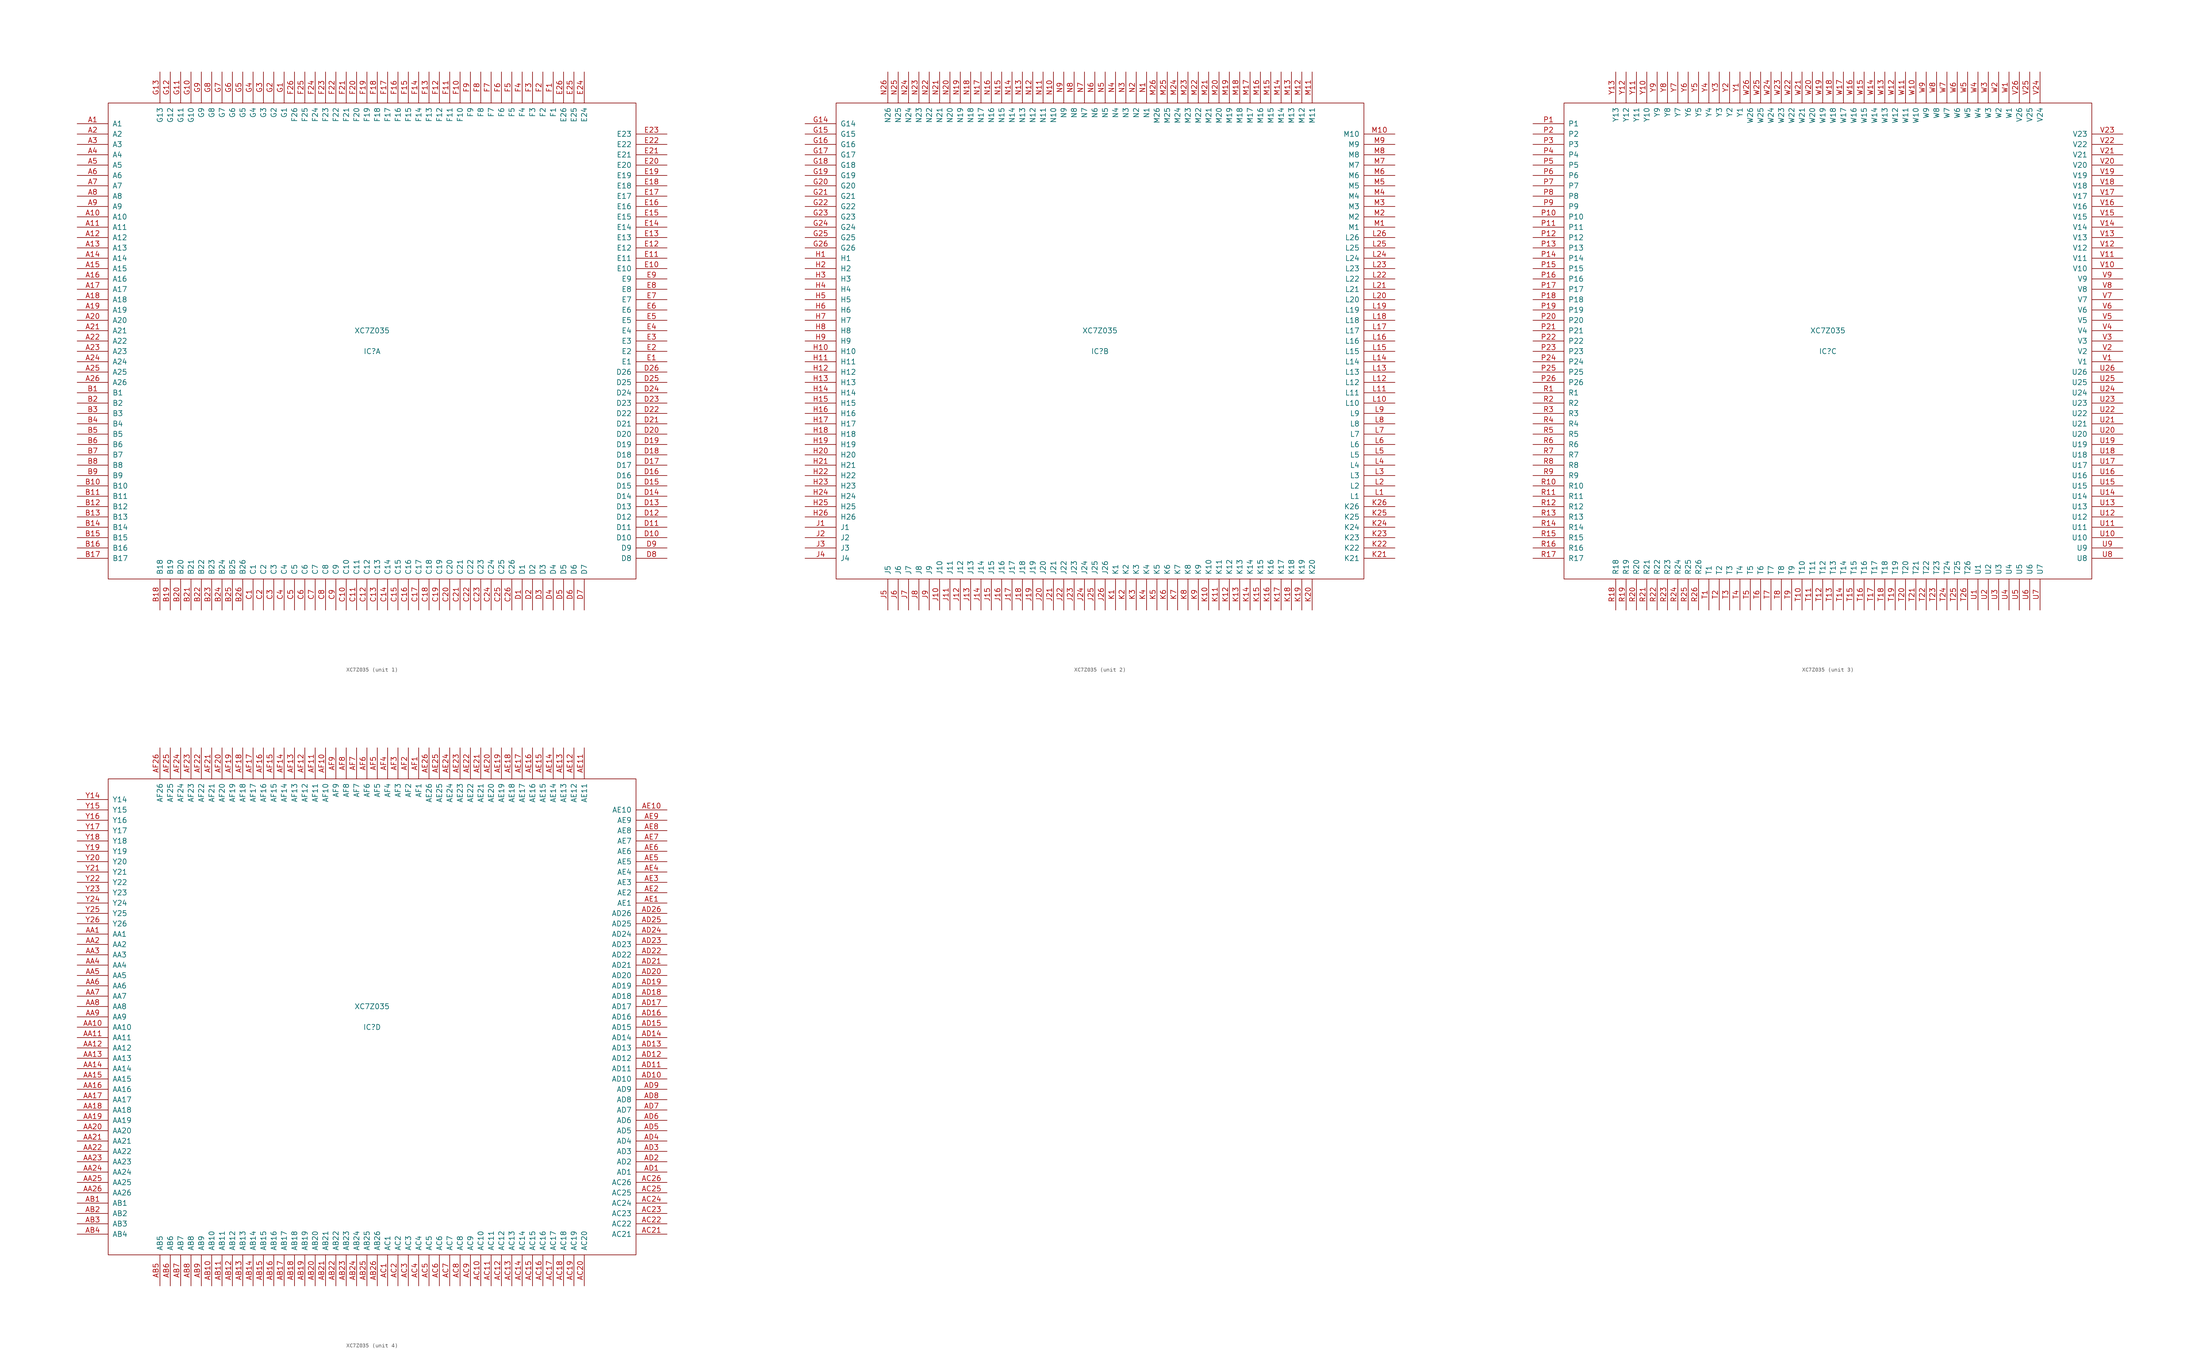
<source format=kicad_sym>
(kicad_symbol_lib
  (version 20220914)
  (generator kicad_symbol_editor)
  (symbol "XC7Z035"
    (pin_names
      (offset 1.016))
    (property "Reference" "IC"
      (at 0 -2.54 0)
      (effects (font (size 1.27 1.27))))
    (property "Value" "XC7Z035"
      (at 0 2.54 0)
      (effects (font (size 1.27 1.27))))
    (symbol "XC7Z035_1_0"
      (rectangle (start -64.77 -58.42) (end 64.77 58.42) (stroke (width 0) (type solid)) (fill (type none))))
    (symbol "XC7Z035_1_1"
      (pin unspecified line (at -72.39 53.34 0) (length 7.62) (name "A1" (effects (font (size 1.27 1.27)))) (number "A1" (effects (font (size 1.27 1.27)))))
      (pin unspecified line (at -72.39 30.48 0) (length 7.62) (name "A10" (effects (font (size 1.27 1.27)))) (number "A10" (effects (font (size 1.27 1.27)))))
      (pin unspecified line (at -72.39 27.94 0) (length 7.62) (name "A11" (effects (font (size 1.27 1.27)))) (number "A11" (effects (font (size 1.27 1.27)))))
      (pin unspecified line (at -72.39 25.4 0) (length 7.62) (name "A12" (effects (font (size 1.27 1.27)))) (number "A12" (effects (font (size 1.27 1.27)))))
      (pin unspecified line (at -72.39 22.86 0) (length 7.62) (name "A13" (effects (font (size 1.27 1.27)))) (number "A13" (effects (font (size 1.27 1.27)))))
      (pin unspecified line (at -72.39 20.32 0) (length 7.62) (name "A14" (effects (font (size 1.27 1.27)))) (number "A14" (effects (font (size 1.27 1.27)))))
      (pin unspecified line (at -72.39 17.78 0) (length 7.62) (name "A15" (effects (font (size 1.27 1.27)))) (number "A15" (effects (font (size 1.27 1.27)))))
      (pin unspecified line (at -72.39 15.24 0) (length 7.62) (name "A16" (effects (font (size 1.27 1.27)))) (number "A16" (effects (font (size 1.27 1.27)))))
      (pin unspecified line (at -72.39 12.7 0) (length 7.62) (name "A17" (effects (font (size 1.27 1.27)))) (number "A17" (effects (font (size 1.27 1.27)))))
      (pin unspecified line (at -72.39 10.16 0) (length 7.62) (name "A18" (effects (font (size 1.27 1.27)))) (number "A18" (effects (font (size 1.27 1.27)))))
      (pin unspecified line (at -72.39 7.62 0) (length 7.62) (name "A19" (effects (font (size 1.27 1.27)))) (number "A19" (effects (font (size 1.27 1.27)))))
      (pin unspecified line (at -72.39 50.8 0) (length 7.62) (name "A2" (effects (font (size 1.27 1.27)))) (number "A2" (effects (font (size 1.27 1.27)))))
      (pin unspecified line (at -72.39 5.08 0) (length 7.62) (name "A20" (effects (font (size 1.27 1.27)))) (number "A20" (effects (font (size 1.27 1.27)))))
      (pin unspecified line (at -72.39 2.54 0) (length 7.62) (name "A21" (effects (font (size 1.27 1.27)))) (number "A21" (effects (font (size 1.27 1.27)))))
      (pin unspecified line (at -72.39 0 0) (length 7.62) (name "A22" (effects (font (size 1.27 1.27)))) (number "A22" (effects (font (size 1.27 1.27)))))
      (pin unspecified line (at -72.39 -2.54 0) (length 7.62) (name "A23" (effects (font (size 1.27 1.27)))) (number "A23" (effects (font (size 1.27 1.27)))))
      (pin unspecified line (at -72.39 -5.08 0) (length 7.62) (name "A24" (effects (font (size 1.27 1.27)))) (number "A24" (effects (font (size 1.27 1.27)))))
      (pin unspecified line (at -72.39 -7.62 0) (length 7.62) (name "A25" (effects (font (size 1.27 1.27)))) (number "A25" (effects (font (size 1.27 1.27)))))
      (pin unspecified line (at -72.39 -10.16 0) (length 7.62) (name "A26" (effects (font (size 1.27 1.27)))) (number "A26" (effects (font (size 1.27 1.27)))))
      (pin unspecified line (at -72.39 48.26 0) (length 7.62) (name "A3" (effects (font (size 1.27 1.27)))) (number "A3" (effects (font (size 1.27 1.27)))))
      (pin unspecified line (at -72.39 45.72 0) (length 7.62) (name "A4" (effects (font (size 1.27 1.27)))) (number "A4" (effects (font (size 1.27 1.27)))))
      (pin unspecified line (at -72.39 43.18 0) (length 7.62) (name "A5" (effects (font (size 1.27 1.27)))) (number "A5" (effects (font (size 1.27 1.27)))))
      (pin unspecified line (at -72.39 40.64 0) (length 7.62) (name "A6" (effects (font (size 1.27 1.27)))) (number "A6" (effects (font (size 1.27 1.27)))))
      (pin unspecified line (at -72.39 38.1 0) (length 7.62) (name "A7" (effects (font (size 1.27 1.27)))) (number "A7" (effects (font (size 1.27 1.27)))))
      (pin unspecified line (at -72.39 35.56 0) (length 7.62) (name "A8" (effects (font (size 1.27 1.27)))) (number "A8" (effects (font (size 1.27 1.27)))))
      (pin unspecified line (at -72.39 33.02 0) (length 7.62) (name "A9" (effects (font (size 1.27 1.27)))) (number "A9" (effects (font (size 1.27 1.27)))))
      (pin unspecified line (at -72.39 -12.7 0) (length 7.62) (name "B1" (effects (font (size 1.27 1.27)))) (number "B1" (effects (font (size 1.27 1.27)))))
      (pin unspecified line (at -72.39 -35.56 0) (length 7.62) (name "B10" (effects (font (size 1.27 1.27)))) (number "B10" (effects (font (size 1.27 1.27)))))
      (pin unspecified line (at -72.39 -38.1 0) (length 7.62) (name "B11" (effects (font (size 1.27 1.27)))) (number "B11" (effects (font (size 1.27 1.27)))))
      (pin unspecified line (at -72.39 -40.64 0) (length 7.62) (name "B12" (effects (font (size 1.27 1.27)))) (number "B12" (effects (font (size 1.27 1.27)))))
      (pin unspecified line (at -72.39 -43.18 0) (length 7.62) (name "B13" (effects (font (size 1.27 1.27)))) (number "B13" (effects (font (size 1.27 1.27)))))
      (pin unspecified line (at -72.39 -45.72 0) (length 7.62) (name "B14" (effects (font (size 1.27 1.27)))) (number "B14" (effects (font (size 1.27 1.27)))))
      (pin unspecified line (at -72.39 -48.26 0) (length 7.62) (name "B15" (effects (font (size 1.27 1.27)))) (number "B15" (effects (font (size 1.27 1.27)))))
      (pin unspecified line (at -72.39 -50.8 0) (length 7.62) (name "B16" (effects (font (size 1.27 1.27)))) (number "B16" (effects (font (size 1.27 1.27)))))
      (pin unspecified line (at -72.39 -53.34 0) (length 7.62) (name "B17" (effects (font (size 1.27 1.27)))) (number "B17" (effects (font (size 1.27 1.27)))))
      (pin unspecified line (at -52.07 -66.04 90) (length 7.62) (name "B18" (effects (font (size 1.27 1.27)))) (number "B18" (effects (font (size 1.27 1.27)))))
      (pin unspecified line (at -49.53 -66.04 90) (length 7.62) (name "B19" (effects (font (size 1.27 1.27)))) (number "B19" (effects (font (size 1.27 1.27)))))
      (pin unspecified line (at -72.39 -15.24 0) (length 7.62) (name "B2" (effects (font (size 1.27 1.27)))) (number "B2" (effects (font (size 1.27 1.27)))))
      (pin unspecified line (at -46.99 -66.04 90) (length 7.62) (name "B20" (effects (font (size 1.27 1.27)))) (number "B20" (effects (font (size 1.27 1.27)))))
      (pin unspecified line (at -44.45 -66.04 90) (length 7.62) (name "B21" (effects (font (size 1.27 1.27)))) (number "B21" (effects (font (size 1.27 1.27)))))
      (pin unspecified line (at -41.91 -66.04 90) (length 7.62) (name "B22" (effects (font (size 1.27 1.27)))) (number "B22" (effects (font (size 1.27 1.27)))))
      (pin unspecified line (at -39.37 -66.04 90) (length 7.62) (name "B23" (effects (font (size 1.27 1.27)))) (number "B23" (effects (font (size 1.27 1.27)))))
      (pin unspecified line (at -36.83 -66.04 90) (length 7.62) (name "B24" (effects (font (size 1.27 1.27)))) (number "B24" (effects (font (size 1.27 1.27)))))
      (pin unspecified line (at -34.29 -66.04 90) (length 7.62) (name "B25" (effects (font (size 1.27 1.27)))) (number "B25" (effects (font (size 1.27 1.27)))))
      (pin unspecified line (at -31.75 -66.04 90) (length 7.62) (name "B26" (effects (font (size 1.27 1.27)))) (number "B26" (effects (font (size 1.27 1.27)))))
      (pin unspecified line (at -72.39 -17.78 0) (length 7.62) (name "B3" (effects (font (size 1.27 1.27)))) (number "B3" (effects (font (size 1.27 1.27)))))
      (pin unspecified line (at -72.39 -20.32 0) (length 7.62) (name "B4" (effects (font (size 1.27 1.27)))) (number "B4" (effects (font (size 1.27 1.27)))))
      (pin unspecified line (at -72.39 -22.86 0) (length 7.62) (name "B5" (effects (font (size 1.27 1.27)))) (number "B5" (effects (font (size 1.27 1.27)))))
      (pin unspecified line (at -72.39 -25.4 0) (length 7.62) (name "B6" (effects (font (size 1.27 1.27)))) (number "B6" (effects (font (size 1.27 1.27)))))
      (pin unspecified line (at -72.39 -27.94 0) (length 7.62) (name "B7" (effects (font (size 1.27 1.27)))) (number "B7" (effects (font (size 1.27 1.27)))))
      (pin unspecified line (at -72.39 -30.48 0) (length 7.62) (name "B8" (effects (font (size 1.27 1.27)))) (number "B8" (effects (font (size 1.27 1.27)))))
      (pin unspecified line (at -72.39 -33.02 0) (length 7.62) (name "B9" (effects (font (size 1.27 1.27)))) (number "B9" (effects (font (size 1.27 1.27)))))
      (pin unspecified line (at -29.21 -66.04 90) (length 7.62) (name "C1" (effects (font (size 1.27 1.27)))) (number "C1" (effects (font (size 1.27 1.27)))))
      (pin unspecified line (at -6.35 -66.04 90) (length 7.62) (name "C10" (effects (font (size 1.27 1.27)))) (number "C10" (effects (font (size 1.27 1.27)))))
      (pin unspecified line (at -3.81 -66.04 90) (length 7.62) (name "C11" (effects (font (size 1.27 1.27)))) (number "C11" (effects (font (size 1.27 1.27)))))
      (pin unspecified line (at -1.27 -66.04 90) (length 7.62) (name "C12" (effects (font (size 1.27 1.27)))) (number "C12" (effects (font (size 1.27 1.27)))))
      (pin unspecified line (at 1.27 -66.04 90) (length 7.62) (name "C13" (effects (font (size 1.27 1.27)))) (number "C13" (effects (font (size 1.27 1.27)))))
      (pin unspecified line (at 3.81 -66.04 90) (length 7.62) (name "C14" (effects (font (size 1.27 1.27)))) (number "C14" (effects (font (size 1.27 1.27)))))
      (pin unspecified line (at 6.35 -66.04 90) (length 7.62) (name "C15" (effects (font (size 1.27 1.27)))) (number "C15" (effects (font (size 1.27 1.27)))))
      (pin unspecified line (at 8.89 -66.04 90) (length 7.62) (name "C16" (effects (font (size 1.27 1.27)))) (number "C16" (effects (font (size 1.27 1.27)))))
      (pin unspecified line (at 11.43 -66.04 90) (length 7.62) (name "C17" (effects (font (size 1.27 1.27)))) (number "C17" (effects (font (size 1.27 1.27)))))
      (pin unspecified line (at 13.97 -66.04 90) (length 7.62) (name "C18" (effects (font (size 1.27 1.27)))) (number "C18" (effects (font (size 1.27 1.27)))))
      (pin unspecified line (at 16.51 -66.04 90) (length 7.62) (name "C19" (effects (font (size 1.27 1.27)))) (number "C19" (effects (font (size 1.27 1.27)))))
      (pin unspecified line (at -26.67 -66.04 90) (length 7.62) (name "C2" (effects (font (size 1.27 1.27)))) (number "C2" (effects (font (size 1.27 1.27)))))
      (pin unspecified line (at 19.05 -66.04 90) (length 7.62) (name "C20" (effects (font (size 1.27 1.27)))) (number "C20" (effects (font (size 1.27 1.27)))))
      (pin unspecified line (at 21.59 -66.04 90) (length 7.62) (name "C21" (effects (font (size 1.27 1.27)))) (number "C21" (effects (font (size 1.27 1.27)))))
      (pin unspecified line (at 24.13 -66.04 90) (length 7.62) (name "C22" (effects (font (size 1.27 1.27)))) (number "C22" (effects (font (size 1.27 1.27)))))
      (pin unspecified line (at 26.67 -66.04 90) (length 7.62) (name "C23" (effects (font (size 1.27 1.27)))) (number "C23" (effects (font (size 1.27 1.27)))))
      (pin unspecified line (at 29.21 -66.04 90) (length 7.62) (name "C24" (effects (font (size 1.27 1.27)))) (number "C24" (effects (font (size 1.27 1.27)))))
      (pin unspecified line (at 31.75 -66.04 90) (length 7.62) (name "C25" (effects (font (size 1.27 1.27)))) (number "C25" (effects (font (size 1.27 1.27)))))
      (pin unspecified line (at 34.29 -66.04 90) (length 7.62) (name "C26" (effects (font (size 1.27 1.27)))) (number "C26" (effects (font (size 1.27 1.27)))))
      (pin unspecified line (at -24.13 -66.04 90) (length 7.62) (name "C3" (effects (font (size 1.27 1.27)))) (number "C3" (effects (font (size 1.27 1.27)))))
      (pin unspecified line (at -21.59 -66.04 90) (length 7.62) (name "C4" (effects (font (size 1.27 1.27)))) (number "C4" (effects (font (size 1.27 1.27)))))
      (pin unspecified line (at -19.05 -66.04 90) (length 7.62) (name "C5" (effects (font (size 1.27 1.27)))) (number "C5" (effects (font (size 1.27 1.27)))))
      (pin unspecified line (at -16.51 -66.04 90) (length 7.62) (name "C6" (effects (font (size 1.27 1.27)))) (number "C6" (effects (font (size 1.27 1.27)))))
      (pin unspecified line (at -13.97 -66.04 90) (length 7.62) (name "C7" (effects (font (size 1.27 1.27)))) (number "C7" (effects (font (size 1.27 1.27)))))
      (pin unspecified line (at -11.43 -66.04 90) (length 7.62) (name "C8" (effects (font (size 1.27 1.27)))) (number "C8" (effects (font (size 1.27 1.27)))))
      (pin unspecified line (at -8.89 -66.04 90) (length 7.62) (name "C9" (effects (font (size 1.27 1.27)))) (number "C9" (effects (font (size 1.27 1.27)))))
      (pin unspecified line (at 36.83 -66.04 90) (length 7.62) (name "D1" (effects (font (size 1.27 1.27)))) (number "D1" (effects (font (size 1.27 1.27)))))
      (pin unspecified line (at 72.39 -48.26 180) (length 7.62) (name "D10" (effects (font (size 1.27 1.27)))) (number "D10" (effects (font (size 1.27 1.27)))))
      (pin unspecified line (at 72.39 -45.72 180) (length 7.62) (name "D11" (effects (font (size 1.27 1.27)))) (number "D11" (effects (font (size 1.27 1.27)))))
      (pin unspecified line (at 72.39 -43.18 180) (length 7.62) (name "D12" (effects (font (size 1.27 1.27)))) (number "D12" (effects (font (size 1.27 1.27)))))
      (pin unspecified line (at 72.39 -40.64 180) (length 7.62) (name "D13" (effects (font (size 1.27 1.27)))) (number "D13" (effects (font (size 1.27 1.27)))))
      (pin unspecified line (at 72.39 -38.1 180) (length 7.62) (name "D14" (effects (font (size 1.27 1.27)))) (number "D14" (effects (font (size 1.27 1.27)))))
      (pin unspecified line (at 72.39 -35.56 180) (length 7.62) (name "D15" (effects (font (size 1.27 1.27)))) (number "D15" (effects (font (size 1.27 1.27)))))
      (pin unspecified line (at 72.39 -33.02 180) (length 7.62) (name "D16" (effects (font (size 1.27 1.27)))) (number "D16" (effects (font (size 1.27 1.27)))))
      (pin unspecified line (at 72.39 -30.48 180) (length 7.62) (name "D17" (effects (font (size 1.27 1.27)))) (number "D17" (effects (font (size 1.27 1.27)))))
      (pin unspecified line (at 72.39 -27.94 180) (length 7.62) (name "D18" (effects (font (size 1.27 1.27)))) (number "D18" (effects (font (size 1.27 1.27)))))
      (pin unspecified line (at 72.39 -25.4 180) (length 7.62) (name "D19" (effects (font (size 1.27 1.27)))) (number "D19" (effects (font (size 1.27 1.27)))))
      (pin unspecified line (at 39.37 -66.04 90) (length 7.62) (name "D2" (effects (font (size 1.27 1.27)))) (number "D2" (effects (font (size 1.27 1.27)))))
      (pin unspecified line (at 72.39 -22.86 180) (length 7.62) (name "D20" (effects (font (size 1.27 1.27)))) (number "D20" (effects (font (size 1.27 1.27)))))
      (pin unspecified line (at 72.39 -20.32 180) (length 7.62) (name "D21" (effects (font (size 1.27 1.27)))) (number "D21" (effects (font (size 1.27 1.27)))))
      (pin unspecified line (at 72.39 -17.78 180) (length 7.62) (name "D22" (effects (font (size 1.27 1.27)))) (number "D22" (effects (font (size 1.27 1.27)))))
      (pin unspecified line (at 72.39 -15.24 180) (length 7.62) (name "D23" (effects (font (size 1.27 1.27)))) (number "D23" (effects (font (size 1.27 1.27)))))
      (pin unspecified line (at 72.39 -12.7 180) (length 7.62) (name "D24" (effects (font (size 1.27 1.27)))) (number "D24" (effects (font (size 1.27 1.27)))))
      (pin unspecified line (at 72.39 -10.16 180) (length 7.62) (name "D25" (effects (font (size 1.27 1.27)))) (number "D25" (effects (font (size 1.27 1.27)))))
      (pin unspecified line (at 72.39 -7.62 180) (length 7.62) (name "D26" (effects (font (size 1.27 1.27)))) (number "D26" (effects (font (size 1.27 1.27)))))
      (pin unspecified line (at 41.91 -66.04 90) (length 7.62) (name "D3" (effects (font (size 1.27 1.27)))) (number "D3" (effects (font (size 1.27 1.27)))))
      (pin unspecified line (at 44.45 -66.04 90) (length 7.62) (name "D4" (effects (font (size 1.27 1.27)))) (number "D4" (effects (font (size 1.27 1.27)))))
      (pin unspecified line (at 46.99 -66.04 90) (length 7.62) (name "D5" (effects (font (size 1.27 1.27)))) (number "D5" (effects (font (size 1.27 1.27)))))
      (pin unspecified line (at 49.53 -66.04 90) (length 7.62) (name "D6" (effects (font (size 1.27 1.27)))) (number "D6" (effects (font (size 1.27 1.27)))))
      (pin unspecified line (at 52.07 -66.04 90) (length 7.62) (name "D7" (effects (font (size 1.27 1.27)))) (number "D7" (effects (font (size 1.27 1.27)))))
      (pin unspecified line (at 72.39 -53.34 180) (length 7.62) (name "D8" (effects (font (size 1.27 1.27)))) (number "D8" (effects (font (size 1.27 1.27)))))
      (pin unspecified line (at 72.39 -50.8 180) (length 7.62) (name "D9" (effects (font (size 1.27 1.27)))) (number "D9" (effects (font (size 1.27 1.27)))))
      (pin unspecified line (at 72.39 -5.08 180) (length 7.62) (name "E1" (effects (font (size 1.27 1.27)))) (number "E1" (effects (font (size 1.27 1.27)))))
      (pin unspecified line (at 72.39 17.78 180) (length 7.62) (name "E10" (effects (font (size 1.27 1.27)))) (number "E10" (effects (font (size 1.27 1.27)))))
      (pin unspecified line (at 72.39 20.32 180) (length 7.62) (name "E11" (effects (font (size 1.27 1.27)))) (number "E11" (effects (font (size 1.27 1.27)))))
      (pin unspecified line (at 72.39 22.86 180) (length 7.62) (name "E12" (effects (font (size 1.27 1.27)))) (number "E12" (effects (font (size 1.27 1.27)))))
      (pin unspecified line (at 72.39 25.4 180) (length 7.62) (name "E13" (effects (font (size 1.27 1.27)))) (number "E13" (effects (font (size 1.27 1.27)))))
      (pin unspecified line (at 72.39 27.94 180) (length 7.62) (name "E14" (effects (font (size 1.27 1.27)))) (number "E14" (effects (font (size 1.27 1.27)))))
      (pin unspecified line (at 72.39 30.48 180) (length 7.62) (name "E15" (effects (font (size 1.27 1.27)))) (number "E15" (effects (font (size 1.27 1.27)))))
      (pin unspecified line (at 72.39 33.02 180) (length 7.62) (name "E16" (effects (font (size 1.27 1.27)))) (number "E16" (effects (font (size 1.27 1.27)))))
      (pin unspecified line (at 72.39 35.56 180) (length 7.62) (name "E17" (effects (font (size 1.27 1.27)))) (number "E17" (effects (font (size 1.27 1.27)))))
      (pin unspecified line (at 72.39 38.1 180) (length 7.62) (name "E18" (effects (font (size 1.27 1.27)))) (number "E18" (effects (font (size 1.27 1.27)))))
      (pin unspecified line (at 72.39 40.64 180) (length 7.62) (name "E19" (effects (font (size 1.27 1.27)))) (number "E19" (effects (font (size 1.27 1.27)))))
      (pin unspecified line (at 72.39 -2.54 180) (length 7.62) (name "E2" (effects (font (size 1.27 1.27)))) (number "E2" (effects (font (size 1.27 1.27)))))
      (pin unspecified line (at 72.39 43.18 180) (length 7.62) (name "E20" (effects (font (size 1.27 1.27)))) (number "E20" (effects (font (size 1.27 1.27)))))
      (pin unspecified line (at 72.39 45.72 180) (length 7.62) (name "E21" (effects (font (size 1.27 1.27)))) (number "E21" (effects (font (size 1.27 1.27)))))
      (pin unspecified line (at 72.39 48.26 180) (length 7.62) (name "E22" (effects (font (size 1.27 1.27)))) (number "E22" (effects (font (size 1.27 1.27)))))
      (pin unspecified line (at 72.39 50.8 180) (length 7.62) (name "E23" (effects (font (size 1.27 1.27)))) (number "E23" (effects (font (size 1.27 1.27)))))
      (pin unspecified line (at 52.07 66.04 270) (length 7.62) (name "E24" (effects (font (size 1.27 1.27)))) (number "E24" (effects (font (size 1.27 1.27)))))
      (pin unspecified line (at 49.53 66.04 270) (length 7.62) (name "E25" (effects (font (size 1.27 1.27)))) (number "E25" (effects (font (size 1.27 1.27)))))
      (pin unspecified line (at 46.99 66.04 270) (length 7.62) (name "E26" (effects (font (size 1.27 1.27)))) (number "E26" (effects (font (size 1.27 1.27)))))
      (pin unspecified line (at 72.39 0 180) (length 7.62) (name "E3" (effects (font (size 1.27 1.27)))) (number "E3" (effects (font (size 1.27 1.27)))))
      (pin unspecified line (at 72.39 2.54 180) (length 7.62) (name "E4" (effects (font (size 1.27 1.27)))) (number "E4" (effects (font (size 1.27 1.27)))))
      (pin unspecified line (at 72.39 5.08 180) (length 7.62) (name "E5" (effects (font (size 1.27 1.27)))) (number "E5" (effects (font (size 1.27 1.27)))))
      (pin unspecified line (at 72.39 7.62 180) (length 7.62) (name "E6" (effects (font (size 1.27 1.27)))) (number "E6" (effects (font (size 1.27 1.27)))))
      (pin unspecified line (at 72.39 10.16 180) (length 7.62) (name "E7" (effects (font (size 1.27 1.27)))) (number "E7" (effects (font (size 1.27 1.27)))))
      (pin unspecified line (at 72.39 12.7 180) (length 7.62) (name "E8" (effects (font (size 1.27 1.27)))) (number "E8" (effects (font (size 1.27 1.27)))))
      (pin unspecified line (at 72.39 15.24 180) (length 7.62) (name "E9" (effects (font (size 1.27 1.27)))) (number "E9" (effects (font (size 1.27 1.27)))))
      (pin unspecified line (at 44.45 66.04 270) (length 7.62) (name "F1" (effects (font (size 1.27 1.27)))) (number "F1" (effects (font (size 1.27 1.27)))))
      (pin unspecified line (at 21.59 66.04 270) (length 7.62) (name "F10" (effects (font (size 1.27 1.27)))) (number "F10" (effects (font (size 1.27 1.27)))))
      (pin unspecified line (at 19.05 66.04 270) (length 7.62) (name "F11" (effects (font (size 1.27 1.27)))) (number "F11" (effects (font (size 1.27 1.27)))))
      (pin unspecified line (at 16.51 66.04 270) (length 7.62) (name "F12" (effects (font (size 1.27 1.27)))) (number "F12" (effects (font (size 1.27 1.27)))))
      (pin unspecified line (at 13.97 66.04 270) (length 7.62) (name "F13" (effects (font (size 1.27 1.27)))) (number "F13" (effects (font (size 1.27 1.27)))))
      (pin unspecified line (at 11.43 66.04 270) (length 7.62) (name "F14" (effects (font (size 1.27 1.27)))) (number "F14" (effects (font (size 1.27 1.27)))))
      (pin unspecified line (at 8.89 66.04 270) (length 7.62) (name "F15" (effects (font (size 1.27 1.27)))) (number "F15" (effects (font (size 1.27 1.27)))))
      (pin unspecified line (at 6.35 66.04 270) (length 7.62) (name "F16" (effects (font (size 1.27 1.27)))) (number "F16" (effects (font (size 1.27 1.27)))))
      (pin unspecified line (at 3.81 66.04 270) (length 7.62) (name "F17" (effects (font (size 1.27 1.27)))) (number "F17" (effects (font (size 1.27 1.27)))))
      (pin unspecified line (at 1.27 66.04 270) (length 7.62) (name "F18" (effects (font (size 1.27 1.27)))) (number "F18" (effects (font (size 1.27 1.27)))))
      (pin unspecified line (at -1.27 66.04 270) (length 7.62) (name "F19" (effects (font (size 1.27 1.27)))) (number "F19" (effects (font (size 1.27 1.27)))))
      (pin unspecified line (at 41.91 66.04 270) (length 7.62) (name "F2" (effects (font (size 1.27 1.27)))) (number "F2" (effects (font (size 1.27 1.27)))))
      (pin unspecified line (at -3.81 66.04 270) (length 7.62) (name "F20" (effects (font (size 1.27 1.27)))) (number "F20" (effects (font (size 1.27 1.27)))))
      (pin unspecified line (at -6.35 66.04 270) (length 7.62) (name "F21" (effects (font (size 1.27 1.27)))) (number "F21" (effects (font (size 1.27 1.27)))))
      (pin unspecified line (at -8.89 66.04 270) (length 7.62) (name "F22" (effects (font (size 1.27 1.27)))) (number "F22" (effects (font (size 1.27 1.27)))))
      (pin unspecified line (at -11.43 66.04 270) (length 7.62) (name "F23" (effects (font (size 1.27 1.27)))) (number "F23" (effects (font (size 1.27 1.27)))))
      (pin unspecified line (at -13.97 66.04 270) (length 7.62) (name "F24" (effects (font (size 1.27 1.27)))) (number "F24" (effects (font (size 1.27 1.27)))))
      (pin unspecified line (at -16.51 66.04 270) (length 7.62) (name "F25" (effects (font (size 1.27 1.27)))) (number "F25" (effects (font (size 1.27 1.27)))))
      (pin unspecified line (at -19.05 66.04 270) (length 7.62) (name "F26" (effects (font (size 1.27 1.27)))) (number "F26" (effects (font (size 1.27 1.27)))))
      (pin unspecified line (at 39.37 66.04 270) (length 7.62) (name "F3" (effects (font (size 1.27 1.27)))) (number "F3" (effects (font (size 1.27 1.27)))))
      (pin unspecified line (at 36.83 66.04 270) (length 7.62) (name "F4" (effects (font (size 1.27 1.27)))) (number "F4" (effects (font (size 1.27 1.27)))))
      (pin unspecified line (at 34.29 66.04 270) (length 7.62) (name "F5" (effects (font (size 1.27 1.27)))) (number "F5" (effects (font (size 1.27 1.27)))))
      (pin unspecified line (at 31.75 66.04 270) (length 7.62) (name "F6" (effects (font (size 1.27 1.27)))) (number "F6" (effects (font (size 1.27 1.27)))))
      (pin unspecified line (at 29.21 66.04 270) (length 7.62) (name "F7" (effects (font (size 1.27 1.27)))) (number "F7" (effects (font (size 1.27 1.27)))))
      (pin unspecified line (at 26.67 66.04 270) (length 7.62) (name "F8" (effects (font (size 1.27 1.27)))) (number "F8" (effects (font (size 1.27 1.27)))))
      (pin unspecified line (at 24.13 66.04 270) (length 7.62) (name "F9" (effects (font (size 1.27 1.27)))) (number "F9" (effects (font (size 1.27 1.27)))))
      (pin unspecified line (at -21.59 66.04 270) (length 7.62) (name "G1" (effects (font (size 1.27 1.27)))) (number "G1" (effects (font (size 1.27 1.27)))))
      (pin unspecified line (at -44.45 66.04 270) (length 7.62) (name "G10" (effects (font (size 1.27 1.27)))) (number "G10" (effects (font (size 1.27 1.27)))))
      (pin unspecified line (at -46.99 66.04 270) (length 7.62) (name "G11" (effects (font (size 1.27 1.27)))) (number "G11" (effects (font (size 1.27 1.27)))))
      (pin unspecified line (at -49.53 66.04 270) (length 7.62) (name "G12" (effects (font (size 1.27 1.27)))) (number "G12" (effects (font (size 1.27 1.27)))))
      (pin unspecified line (at -52.07 66.04 270) (length 7.62) (name "G13" (effects (font (size 1.27 1.27)))) (number "G13" (effects (font (size 1.27 1.27)))))
      (pin unspecified line (at -24.13 66.04 270) (length 7.62) (name "G2" (effects (font (size 1.27 1.27)))) (number "G2" (effects (font (size 1.27 1.27)))))
      (pin unspecified line (at -26.67 66.04 270) (length 7.62) (name "G3" (effects (font (size 1.27 1.27)))) (number "G3" (effects (font (size 1.27 1.27)))))
      (pin unspecified line (at -29.21 66.04 270) (length 7.62) (name "G4" (effects (font (size 1.27 1.27)))) (number "G4" (effects (font (size 1.27 1.27)))))
      (pin unspecified line (at -31.75 66.04 270) (length 7.62) (name "G5" (effects (font (size 1.27 1.27)))) (number "G5" (effects (font (size 1.27 1.27)))))
      (pin unspecified line (at -34.29 66.04 270) (length 7.62) (name "G6" (effects (font (size 1.27 1.27)))) (number "G6" (effects (font (size 1.27 1.27)))))
      (pin unspecified line (at -36.83 66.04 270) (length 7.62) (name "G7" (effects (font (size 1.27 1.27)))) (number "G7" (effects (font (size 1.27 1.27)))))
      (pin unspecified line (at -39.37 66.04 270) (length 7.62) (name "G8" (effects (font (size 1.27 1.27)))) (number "G8" (effects (font (size 1.27 1.27)))))
      (pin unspecified line (at -41.91 66.04 270) (length 7.62) (name "G9" (effects (font (size 1.27 1.27)))) (number "G9" (effects (font (size 1.27 1.27))))))
    (symbol "XC7Z035_2_0"
      (rectangle (start -64.77 -58.42) (end 64.77 58.42) (stroke (width 0) (type solid)) (fill (type none))))
    (symbol "XC7Z035_2_1"
      (pin unspecified line (at -72.39 53.34 0) (length 7.62) (name "G14" (effects (font (size 1.27 1.27)))) (number "G14" (effects (font (size 1.27 1.27)))))
      (pin unspecified line (at -72.39 50.8 0) (length 7.62) (name "G15" (effects (font (size 1.27 1.27)))) (number "G15" (effects (font (size 1.27 1.27)))))
      (pin unspecified line (at -72.39 48.26 0) (length 7.62) (name "G16" (effects (font (size 1.27 1.27)))) (number "G16" (effects (font (size 1.27 1.27)))))
      (pin unspecified line (at -72.39 45.72 0) (length 7.62) (name "G17" (effects (font (size 1.27 1.27)))) (number "G17" (effects (font (size 1.27 1.27)))))
      (pin unspecified line (at -72.39 43.18 0) (length 7.62) (name "G18" (effects (font (size 1.27 1.27)))) (number "G18" (effects (font (size 1.27 1.27)))))
      (pin unspecified line (at -72.39 40.64 0) (length 7.62) (name "G19" (effects (font (size 1.27 1.27)))) (number "G19" (effects (font (size 1.27 1.27)))))
      (pin unspecified line (at -72.39 38.1 0) (length 7.62) (name "G20" (effects (font (size 1.27 1.27)))) (number "G20" (effects (font (size 1.27 1.27)))))
      (pin unspecified line (at -72.39 35.56 0) (length 7.62) (name "G21" (effects (font (size 1.27 1.27)))) (number "G21" (effects (font (size 1.27 1.27)))))
      (pin unspecified line (at -72.39 33.02 0) (length 7.62) (name "G22" (effects (font (size 1.27 1.27)))) (number "G22" (effects (font (size 1.27 1.27)))))
      (pin unspecified line (at -72.39 30.48 0) (length 7.62) (name "G23" (effects (font (size 1.27 1.27)))) (number "G23" (effects (font (size 1.27 1.27)))))
      (pin unspecified line (at -72.39 27.94 0) (length 7.62) (name "G24" (effects (font (size 1.27 1.27)))) (number "G24" (effects (font (size 1.27 1.27)))))
      (pin unspecified line (at -72.39 25.4 0) (length 7.62) (name "G25" (effects (font (size 1.27 1.27)))) (number "G25" (effects (font (size 1.27 1.27)))))
      (pin unspecified line (at -72.39 22.86 0) (length 7.62) (name "G26" (effects (font (size 1.27 1.27)))) (number "G26" (effects (font (size 1.27 1.27)))))
      (pin unspecified line (at -72.39 20.32 0) (length 7.62) (name "H1" (effects (font (size 1.27 1.27)))) (number "H1" (effects (font (size 1.27 1.27)))))
      (pin unspecified line (at -72.39 -2.54 0) (length 7.62) (name "H10" (effects (font (size 1.27 1.27)))) (number "H10" (effects (font (size 1.27 1.27)))))
      (pin unspecified line (at -72.39 -5.08 0) (length 7.62) (name "H11" (effects (font (size 1.27 1.27)))) (number "H11" (effects (font (size 1.27 1.27)))))
      (pin unspecified line (at -72.39 -7.62 0) (length 7.62) (name "H12" (effects (font (size 1.27 1.27)))) (number "H12" (effects (font (size 1.27 1.27)))))
      (pin unspecified line (at -72.39 -10.16 0) (length 7.62) (name "H13" (effects (font (size 1.27 1.27)))) (number "H13" (effects (font (size 1.27 1.27)))))
      (pin unspecified line (at -72.39 -12.7 0) (length 7.62) (name "H14" (effects (font (size 1.27 1.27)))) (number "H14" (effects (font (size 1.27 1.27)))))
      (pin unspecified line (at -72.39 -15.24 0) (length 7.62) (name "H15" (effects (font (size 1.27 1.27)))) (number "H15" (effects (font (size 1.27 1.27)))))
      (pin unspecified line (at -72.39 -17.78 0) (length 7.62) (name "H16" (effects (font (size 1.27 1.27)))) (number "H16" (effects (font (size 1.27 1.27)))))
      (pin unspecified line (at -72.39 -20.32 0) (length 7.62) (name "H17" (effects (font (size 1.27 1.27)))) (number "H17" (effects (font (size 1.27 1.27)))))
      (pin unspecified line (at -72.39 -22.86 0) (length 7.62) (name "H18" (effects (font (size 1.27 1.27)))) (number "H18" (effects (font (size 1.27 1.27)))))
      (pin unspecified line (at -72.39 -25.4 0) (length 7.62) (name "H19" (effects (font (size 1.27 1.27)))) (number "H19" (effects (font (size 1.27 1.27)))))
      (pin unspecified line (at -72.39 17.78 0) (length 7.62) (name "H2" (effects (font (size 1.27 1.27)))) (number "H2" (effects (font (size 1.27 1.27)))))
      (pin unspecified line (at -72.39 -27.94 0) (length 7.62) (name "H20" (effects (font (size 1.27 1.27)))) (number "H20" (effects (font (size 1.27 1.27)))))
      (pin unspecified line (at -72.39 -30.48 0) (length 7.62) (name "H21" (effects (font (size 1.27 1.27)))) (number "H21" (effects (font (size 1.27 1.27)))))
      (pin unspecified line (at -72.39 -33.02 0) (length 7.62) (name "H22" (effects (font (size 1.27 1.27)))) (number "H22" (effects (font (size 1.27 1.27)))))
      (pin unspecified line (at -72.39 -35.56 0) (length 7.62) (name "H23" (effects (font (size 1.27 1.27)))) (number "H23" (effects (font (size 1.27 1.27)))))
      (pin unspecified line (at -72.39 -38.1 0) (length 7.62) (name "H24" (effects (font (size 1.27 1.27)))) (number "H24" (effects (font (size 1.27 1.27)))))
      (pin unspecified line (at -72.39 -40.64 0) (length 7.62) (name "H25" (effects (font (size 1.27 1.27)))) (number "H25" (effects (font (size 1.27 1.27)))))
      (pin unspecified line (at -72.39 -43.18 0) (length 7.62) (name "H26" (effects (font (size 1.27 1.27)))) (number "H26" (effects (font (size 1.27 1.27)))))
      (pin unspecified line (at -72.39 15.24 0) (length 7.62) (name "H3" (effects (font (size 1.27 1.27)))) (number "H3" (effects (font (size 1.27 1.27)))))
      (pin unspecified line (at -72.39 12.7 0) (length 7.62) (name "H4" (effects (font (size 1.27 1.27)))) (number "H4" (effects (font (size 1.27 1.27)))))
      (pin unspecified line (at -72.39 10.16 0) (length 7.62) (name "H5" (effects (font (size 1.27 1.27)))) (number "H5" (effects (font (size 1.27 1.27)))))
      (pin unspecified line (at -72.39 7.62 0) (length 7.62) (name "H6" (effects (font (size 1.27 1.27)))) (number "H6" (effects (font (size 1.27 1.27)))))
      (pin unspecified line (at -72.39 5.08 0) (length 7.62) (name "H7" (effects (font (size 1.27 1.27)))) (number "H7" (effects (font (size 1.27 1.27)))))
      (pin unspecified line (at -72.39 2.54 0) (length 7.62) (name "H8" (effects (font (size 1.27 1.27)))) (number "H8" (effects (font (size 1.27 1.27)))))
      (pin unspecified line (at -72.39 0 0) (length 7.62) (name "H9" (effects (font (size 1.27 1.27)))) (number "H9" (effects (font (size 1.27 1.27)))))
      (pin unspecified line (at -72.39 -45.72 0) (length 7.62) (name "J1" (effects (font (size 1.27 1.27)))) (number "J1" (effects (font (size 1.27 1.27)))))
      (pin unspecified line (at -39.37 -66.04 90) (length 7.62) (name "J10" (effects (font (size 1.27 1.27)))) (number "J10" (effects (font (size 1.27 1.27)))))
      (pin unspecified line (at -36.83 -66.04 90) (length 7.62) (name "J11" (effects (font (size 1.27 1.27)))) (number "J11" (effects (font (size 1.27 1.27)))))
      (pin unspecified line (at -34.29 -66.04 90) (length 7.62) (name "J12" (effects (font (size 1.27 1.27)))) (number "J12" (effects (font (size 1.27 1.27)))))
      (pin unspecified line (at -31.75 -66.04 90) (length 7.62) (name "J13" (effects (font (size 1.27 1.27)))) (number "J13" (effects (font (size 1.27 1.27)))))
      (pin unspecified line (at -29.21 -66.04 90) (length 7.62) (name "J14" (effects (font (size 1.27 1.27)))) (number "J14" (effects (font (size 1.27 1.27)))))
      (pin unspecified line (at -26.67 -66.04 90) (length 7.62) (name "J15" (effects (font (size 1.27 1.27)))) (number "J15" (effects (font (size 1.27 1.27)))))
      (pin unspecified line (at -24.13 -66.04 90) (length 7.62) (name "J16" (effects (font (size 1.27 1.27)))) (number "J16" (effects (font (size 1.27 1.27)))))
      (pin unspecified line (at -21.59 -66.04 90) (length 7.62) (name "J17" (effects (font (size 1.27 1.27)))) (number "J17" (effects (font (size 1.27 1.27)))))
      (pin unspecified line (at -19.05 -66.04 90) (length 7.62) (name "J18" (effects (font (size 1.27 1.27)))) (number "J18" (effects (font (size 1.27 1.27)))))
      (pin unspecified line (at -16.51 -66.04 90) (length 7.62) (name "J19" (effects (font (size 1.27 1.27)))) (number "J19" (effects (font (size 1.27 1.27)))))
      (pin unspecified line (at -72.39 -48.26 0) (length 7.62) (name "J2" (effects (font (size 1.27 1.27)))) (number "J2" (effects (font (size 1.27 1.27)))))
      (pin unspecified line (at -13.97 -66.04 90) (length 7.62) (name "J20" (effects (font (size 1.27 1.27)))) (number "J20" (effects (font (size 1.27 1.27)))))
      (pin unspecified line (at -11.43 -66.04 90) (length 7.62) (name "J21" (effects (font (size 1.27 1.27)))) (number "J21" (effects (font (size 1.27 1.27)))))
      (pin unspecified line (at -8.89 -66.04 90) (length 7.62) (name "J22" (effects (font (size 1.27 1.27)))) (number "J22" (effects (font (size 1.27 1.27)))))
      (pin unspecified line (at -6.35 -66.04 90) (length 7.62) (name "J23" (effects (font (size 1.27 1.27)))) (number "J23" (effects (font (size 1.27 1.27)))))
      (pin unspecified line (at -3.81 -66.04 90) (length 7.62) (name "J24" (effects (font (size 1.27 1.27)))) (number "J24" (effects (font (size 1.27 1.27)))))
      (pin unspecified line (at -1.27 -66.04 90) (length 7.62) (name "J25" (effects (font (size 1.27 1.27)))) (number "J25" (effects (font (size 1.27 1.27)))))
      (pin unspecified line (at 1.27 -66.04 90) (length 7.62) (name "J26" (effects (font (size 1.27 1.27)))) (number "J26" (effects (font (size 1.27 1.27)))))
      (pin unspecified line (at -72.39 -50.8 0) (length 7.62) (name "J3" (effects (font (size 1.27 1.27)))) (number "J3" (effects (font (size 1.27 1.27)))))
      (pin unspecified line (at -72.39 -53.34 0) (length 7.62) (name "J4" (effects (font (size 1.27 1.27)))) (number "J4" (effects (font (size 1.27 1.27)))))
      (pin unspecified line (at -52.07 -66.04 90) (length 7.62) (name "J5" (effects (font (size 1.27 1.27)))) (number "J5" (effects (font (size 1.27 1.27)))))
      (pin unspecified line (at -49.53 -66.04 90) (length 7.62) (name "J6" (effects (font (size 1.27 1.27)))) (number "J6" (effects (font (size 1.27 1.27)))))
      (pin unspecified line (at -46.99 -66.04 90) (length 7.62) (name "J7" (effects (font (size 1.27 1.27)))) (number "J7" (effects (font (size 1.27 1.27)))))
      (pin unspecified line (at -44.45 -66.04 90) (length 7.62) (name "J8" (effects (font (size 1.27 1.27)))) (number "J8" (effects (font (size 1.27 1.27)))))
      (pin unspecified line (at -41.91 -66.04 90) (length 7.62) (name "J9" (effects (font (size 1.27 1.27)))) (number "J9" (effects (font (size 1.27 1.27)))))
      (pin unspecified line (at 3.81 -66.04 90) (length 7.62) (name "K1" (effects (font (size 1.27 1.27)))) (number "K1" (effects (font (size 1.27 1.27)))))
      (pin unspecified line (at 26.67 -66.04 90) (length 7.62) (name "K10" (effects (font (size 1.27 1.27)))) (number "K10" (effects (font (size 1.27 1.27)))))
      (pin unspecified line (at 29.21 -66.04 90) (length 7.62) (name "K11" (effects (font (size 1.27 1.27)))) (number "K11" (effects (font (size 1.27 1.27)))))
      (pin unspecified line (at 31.75 -66.04 90) (length 7.62) (name "K12" (effects (font (size 1.27 1.27)))) (number "K12" (effects (font (size 1.27 1.27)))))
      (pin unspecified line (at 34.29 -66.04 90) (length 7.62) (name "K13" (effects (font (size 1.27 1.27)))) (number "K13" (effects (font (size 1.27 1.27)))))
      (pin unspecified line (at 36.83 -66.04 90) (length 7.62) (name "K14" (effects (font (size 1.27 1.27)))) (number "K14" (effects (font (size 1.27 1.27)))))
      (pin unspecified line (at 39.37 -66.04 90) (length 7.62) (name "K15" (effects (font (size 1.27 1.27)))) (number "K15" (effects (font (size 1.27 1.27)))))
      (pin unspecified line (at 41.91 -66.04 90) (length 7.62) (name "K16" (effects (font (size 1.27 1.27)))) (number "K16" (effects (font (size 1.27 1.27)))))
      (pin unspecified line (at 44.45 -66.04 90) (length 7.62) (name "K17" (effects (font (size 1.27 1.27)))) (number "K17" (effects (font (size 1.27 1.27)))))
      (pin unspecified line (at 46.99 -66.04 90) (length 7.62) (name "K18" (effects (font (size 1.27 1.27)))) (number "K18" (effects (font (size 1.27 1.27)))))
      (pin unspecified line (at 49.53 -66.04 90) (length 7.62) (name "K19" (effects (font (size 1.27 1.27)))) (number "K19" (effects (font (size 1.27 1.27)))))
      (pin unspecified line (at 6.35 -66.04 90) (length 7.62) (name "K2" (effects (font (size 1.27 1.27)))) (number "K2" (effects (font (size 1.27 1.27)))))
      (pin unspecified line (at 52.07 -66.04 90) (length 7.62) (name "K20" (effects (font (size 1.27 1.27)))) (number "K20" (effects (font (size 1.27 1.27)))))
      (pin unspecified line (at 72.39 -53.34 180) (length 7.62) (name "K21" (effects (font (size 1.27 1.27)))) (number "K21" (effects (font (size 1.27 1.27)))))
      (pin unspecified line (at 72.39 -50.8 180) (length 7.62) (name "K22" (effects (font (size 1.27 1.27)))) (number "K22" (effects (font (size 1.27 1.27)))))
      (pin unspecified line (at 72.39 -48.26 180) (length 7.62) (name "K23" (effects (font (size 1.27 1.27)))) (number "K23" (effects (font (size 1.27 1.27)))))
      (pin unspecified line (at 72.39 -45.72 180) (length 7.62) (name "K24" (effects (font (size 1.27 1.27)))) (number "K24" (effects (font (size 1.27 1.27)))))
      (pin unspecified line (at 72.39 -43.18 180) (length 7.62) (name "K25" (effects (font (size 1.27 1.27)))) (number "K25" (effects (font (size 1.27 1.27)))))
      (pin unspecified line (at 72.39 -40.64 180) (length 7.62) (name "K26" (effects (font (size 1.27 1.27)))) (number "K26" (effects (font (size 1.27 1.27)))))
      (pin unspecified line (at 8.89 -66.04 90) (length 7.62) (name "K3" (effects (font (size 1.27 1.27)))) (number "K3" (effects (font (size 1.27 1.27)))))
      (pin unspecified line (at 11.43 -66.04 90) (length 7.62) (name "K4" (effects (font (size 1.27 1.27)))) (number "K4" (effects (font (size 1.27 1.27)))))
      (pin unspecified line (at 13.97 -66.04 90) (length 7.62) (name "K5" (effects (font (size 1.27 1.27)))) (number "K5" (effects (font (size 1.27 1.27)))))
      (pin unspecified line (at 16.51 -66.04 90) (length 7.62) (name "K6" (effects (font (size 1.27 1.27)))) (number "K6" (effects (font (size 1.27 1.27)))))
      (pin unspecified line (at 19.05 -66.04 90) (length 7.62) (name "K7" (effects (font (size 1.27 1.27)))) (number "K7" (effects (font (size 1.27 1.27)))))
      (pin unspecified line (at 21.59 -66.04 90) (length 7.62) (name "K8" (effects (font (size 1.27 1.27)))) (number "K8" (effects (font (size 1.27 1.27)))))
      (pin unspecified line (at 24.13 -66.04 90) (length 7.62) (name "K9" (effects (font (size 1.27 1.27)))) (number "K9" (effects (font (size 1.27 1.27)))))
      (pin unspecified line (at 72.39 -38.1 180) (length 7.62) (name "L1" (effects (font (size 1.27 1.27)))) (number "L1" (effects (font (size 1.27 1.27)))))
      (pin unspecified line (at 72.39 -15.24 180) (length 7.62) (name "L10" (effects (font (size 1.27 1.27)))) (number "L10" (effects (font (size 1.27 1.27)))))
      (pin unspecified line (at 72.39 -12.7 180) (length 7.62) (name "L11" (effects (font (size 1.27 1.27)))) (number "L11" (effects (font (size 1.27 1.27)))))
      (pin unspecified line (at 72.39 -10.16 180) (length 7.62) (name "L12" (effects (font (size 1.27 1.27)))) (number "L12" (effects (font (size 1.27 1.27)))))
      (pin unspecified line (at 72.39 -7.62 180) (length 7.62) (name "L13" (effects (font (size 1.27 1.27)))) (number "L13" (effects (font (size 1.27 1.27)))))
      (pin unspecified line (at 72.39 -5.08 180) (length 7.62) (name "L14" (effects (font (size 1.27 1.27)))) (number "L14" (effects (font (size 1.27 1.27)))))
      (pin unspecified line (at 72.39 -2.54 180) (length 7.62) (name "L15" (effects (font (size 1.27 1.27)))) (number "L15" (effects (font (size 1.27 1.27)))))
      (pin unspecified line (at 72.39 0 180) (length 7.62) (name "L16" (effects (font (size 1.27 1.27)))) (number "L16" (effects (font (size 1.27 1.27)))))
      (pin unspecified line (at 72.39 2.54 180) (length 7.62) (name "L17" (effects (font (size 1.27 1.27)))) (number "L17" (effects (font (size 1.27 1.27)))))
      (pin unspecified line (at 72.39 5.08 180) (length 7.62) (name "L18" (effects (font (size 1.27 1.27)))) (number "L18" (effects (font (size 1.27 1.27)))))
      (pin unspecified line (at 72.39 7.62 180) (length 7.62) (name "L19" (effects (font (size 1.27 1.27)))) (number "L19" (effects (font (size 1.27 1.27)))))
      (pin unspecified line (at 72.39 -35.56 180) (length 7.62) (name "L2" (effects (font (size 1.27 1.27)))) (number "L2" (effects (font (size 1.27 1.27)))))
      (pin unspecified line (at 72.39 10.16 180) (length 7.62) (name "L20" (effects (font (size 1.27 1.27)))) (number "L20" (effects (font (size 1.27 1.27)))))
      (pin unspecified line (at 72.39 12.7 180) (length 7.62) (name "L21" (effects (font (size 1.27 1.27)))) (number "L21" (effects (font (size 1.27 1.27)))))
      (pin unspecified line (at 72.39 15.24 180) (length 7.62) (name "L22" (effects (font (size 1.27 1.27)))) (number "L22" (effects (font (size 1.27 1.27)))))
      (pin unspecified line (at 72.39 17.78 180) (length 7.62) (name "L23" (effects (font (size 1.27 1.27)))) (number "L23" (effects (font (size 1.27 1.27)))))
      (pin unspecified line (at 72.39 20.32 180) (length 7.62) (name "L24" (effects (font (size 1.27 1.27)))) (number "L24" (effects (font (size 1.27 1.27)))))
      (pin unspecified line (at 72.39 22.86 180) (length 7.62) (name "L25" (effects (font (size 1.27 1.27)))) (number "L25" (effects (font (size 1.27 1.27)))))
      (pin unspecified line (at 72.39 25.4 180) (length 7.62) (name "L26" (effects (font (size 1.27 1.27)))) (number "L26" (effects (font (size 1.27 1.27)))))
      (pin unspecified line (at 72.39 -33.02 180) (length 7.62) (name "L3" (effects (font (size 1.27 1.27)))) (number "L3" (effects (font (size 1.27 1.27)))))
      (pin unspecified line (at 72.39 -30.48 180) (length 7.62) (name "L4" (effects (font (size 1.27 1.27)))) (number "L4" (effects (font (size 1.27 1.27)))))
      (pin unspecified line (at 72.39 -27.94 180) (length 7.62) (name "L5" (effects (font (size 1.27 1.27)))) (number "L5" (effects (font (size 1.27 1.27)))))
      (pin unspecified line (at 72.39 -25.4 180) (length 7.62) (name "L6" (effects (font (size 1.27 1.27)))) (number "L6" (effects (font (size 1.27 1.27)))))
      (pin unspecified line (at 72.39 -22.86 180) (length 7.62) (name "L7" (effects (font (size 1.27 1.27)))) (number "L7" (effects (font (size 1.27 1.27)))))
      (pin unspecified line (at 72.39 -20.32 180) (length 7.62) (name "L8" (effects (font (size 1.27 1.27)))) (number "L8" (effects (font (size 1.27 1.27)))))
      (pin unspecified line (at 72.39 -17.78 180) (length 7.62) (name "L9" (effects (font (size 1.27 1.27)))) (number "L9" (effects (font (size 1.27 1.27)))))
      (pin unspecified line (at 72.39 27.94 180) (length 7.62) (name "M1" (effects (font (size 1.27 1.27)))) (number "M1" (effects (font (size 1.27 1.27)))))
      (pin unspecified line (at 72.39 50.8 180) (length 7.62) (name "M10" (effects (font (size 1.27 1.27)))) (number "M10" (effects (font (size 1.27 1.27)))))
      (pin unspecified line (at 52.07 66.04 270) (length 7.62) (name "M11" (effects (font (size 1.27 1.27)))) (number "M11" (effects (font (size 1.27 1.27)))))
      (pin unspecified line (at 49.53 66.04 270) (length 7.62) (name "M12" (effects (font (size 1.27 1.27)))) (number "M12" (effects (font (size 1.27 1.27)))))
      (pin unspecified line (at 46.99 66.04 270) (length 7.62) (name "M13" (effects (font (size 1.27 1.27)))) (number "M13" (effects (font (size 1.27 1.27)))))
      (pin unspecified line (at 44.45 66.04 270) (length 7.62) (name "M14" (effects (font (size 1.27 1.27)))) (number "M14" (effects (font (size 1.27 1.27)))))
      (pin unspecified line (at 41.91 66.04 270) (length 7.62) (name "M15" (effects (font (size 1.27 1.27)))) (number "M15" (effects (font (size 1.27 1.27)))))
      (pin unspecified line (at 39.37 66.04 270) (length 7.62) (name "M16" (effects (font (size 1.27 1.27)))) (number "M16" (effects (font (size 1.27 1.27)))))
      (pin unspecified line (at 36.83 66.04 270) (length 7.62) (name "M17" (effects (font (size 1.27 1.27)))) (number "M17" (effects (font (size 1.27 1.27)))))
      (pin unspecified line (at 34.29 66.04 270) (length 7.62) (name "M18" (effects (font (size 1.27 1.27)))) (number "M18" (effects (font (size 1.27 1.27)))))
      (pin unspecified line (at 31.75 66.04 270) (length 7.62) (name "M19" (effects (font (size 1.27 1.27)))) (number "M19" (effects (font (size 1.27 1.27)))))
      (pin unspecified line (at 72.39 30.48 180) (length 7.62) (name "M2" (effects (font (size 1.27 1.27)))) (number "M2" (effects (font (size 1.27 1.27)))))
      (pin unspecified line (at 29.21 66.04 270) (length 7.62) (name "M20" (effects (font (size 1.27 1.27)))) (number "M20" (effects (font (size 1.27 1.27)))))
      (pin unspecified line (at 26.67 66.04 270) (length 7.62) (name "M21" (effects (font (size 1.27 1.27)))) (number "M21" (effects (font (size 1.27 1.27)))))
      (pin unspecified line (at 24.13 66.04 270) (length 7.62) (name "M22" (effects (font (size 1.27 1.27)))) (number "M22" (effects (font (size 1.27 1.27)))))
      (pin unspecified line (at 21.59 66.04 270) (length 7.62) (name "M23" (effects (font (size 1.27 1.27)))) (number "M23" (effects (font (size 1.27 1.27)))))
      (pin unspecified line (at 19.05 66.04 270) (length 7.62) (name "M24" (effects (font (size 1.27 1.27)))) (number "M24" (effects (font (size 1.27 1.27)))))
      (pin unspecified line (at 16.51 66.04 270) (length 7.62) (name "M25" (effects (font (size 1.27 1.27)))) (number "M25" (effects (font (size 1.27 1.27)))))
      (pin unspecified line (at 13.97 66.04 270) (length 7.62) (name "M26" (effects (font (size 1.27 1.27)))) (number "M26" (effects (font (size 1.27 1.27)))))
      (pin unspecified line (at 72.39 33.02 180) (length 7.62) (name "M3" (effects (font (size 1.27 1.27)))) (number "M3" (effects (font (size 1.27 1.27)))))
      (pin unspecified line (at 72.39 35.56 180) (length 7.62) (name "M4" (effects (font (size 1.27 1.27)))) (number "M4" (effects (font (size 1.27 1.27)))))
      (pin unspecified line (at 72.39 38.1 180) (length 7.62) (name "M5" (effects (font (size 1.27 1.27)))) (number "M5" (effects (font (size 1.27 1.27)))))
      (pin unspecified line (at 72.39 40.64 180) (length 7.62) (name "M6" (effects (font (size 1.27 1.27)))) (number "M6" (effects (font (size 1.27 1.27)))))
      (pin unspecified line (at 72.39 43.18 180) (length 7.62) (name "M7" (effects (font (size 1.27 1.27)))) (number "M7" (effects (font (size 1.27 1.27)))))
      (pin unspecified line (at 72.39 45.72 180) (length 7.62) (name "M8" (effects (font (size 1.27 1.27)))) (number "M8" (effects (font (size 1.27 1.27)))))
      (pin unspecified line (at 72.39 48.26 180) (length 7.62) (name "M9" (effects (font (size 1.27 1.27)))) (number "M9" (effects (font (size 1.27 1.27)))))
      (pin unspecified line (at 11.43 66.04 270) (length 7.62) (name "N1" (effects (font (size 1.27 1.27)))) (number "N1" (effects (font (size 1.27 1.27)))))
      (pin unspecified line (at -11.43 66.04 270) (length 7.62) (name "N10" (effects (font (size 1.27 1.27)))) (number "N10" (effects (font (size 1.27 1.27)))))
      (pin unspecified line (at -13.97 66.04 270) (length 7.62) (name "N11" (effects (font (size 1.27 1.27)))) (number "N11" (effects (font (size 1.27 1.27)))))
      (pin unspecified line (at -16.51 66.04 270) (length 7.62) (name "N12" (effects (font (size 1.27 1.27)))) (number "N12" (effects (font (size 1.27 1.27)))))
      (pin unspecified line (at -19.05 66.04 270) (length 7.62) (name "N13" (effects (font (size 1.27 1.27)))) (number "N13" (effects (font (size 1.27 1.27)))))
      (pin unspecified line (at -21.59 66.04 270) (length 7.62) (name "N14" (effects (font (size 1.27 1.27)))) (number "N14" (effects (font (size 1.27 1.27)))))
      (pin unspecified line (at -24.13 66.04 270) (length 7.62) (name "N15" (effects (font (size 1.27 1.27)))) (number "N15" (effects (font (size 1.27 1.27)))))
      (pin unspecified line (at -26.67 66.04 270) (length 7.62) (name "N16" (effects (font (size 1.27 1.27)))) (number "N16" (effects (font (size 1.27 1.27)))))
      (pin unspecified line (at -29.21 66.04 270) (length 7.62) (name "N17" (effects (font (size 1.27 1.27)))) (number "N17" (effects (font (size 1.27 1.27)))))
      (pin unspecified line (at -31.75 66.04 270) (length 7.62) (name "N18" (effects (font (size 1.27 1.27)))) (number "N18" (effects (font (size 1.27 1.27)))))
      (pin unspecified line (at -34.29 66.04 270) (length 7.62) (name "N19" (effects (font (size 1.27 1.27)))) (number "N19" (effects (font (size 1.27 1.27)))))
      (pin unspecified line (at 8.89 66.04 270) (length 7.62) (name "N2" (effects (font (size 1.27 1.27)))) (number "N2" (effects (font (size 1.27 1.27)))))
      (pin unspecified line (at -36.83 66.04 270) (length 7.62) (name "N20" (effects (font (size 1.27 1.27)))) (number "N20" (effects (font (size 1.27 1.27)))))
      (pin unspecified line (at -39.37 66.04 270) (length 7.62) (name "N21" (effects (font (size 1.27 1.27)))) (number "N21" (effects (font (size 1.27 1.27)))))
      (pin unspecified line (at -41.91 66.04 270) (length 7.62) (name "N22" (effects (font (size 1.27 1.27)))) (number "N22" (effects (font (size 1.27 1.27)))))
      (pin unspecified line (at -44.45 66.04 270) (length 7.62) (name "N23" (effects (font (size 1.27 1.27)))) (number "N23" (effects (font (size 1.27 1.27)))))
      (pin unspecified line (at -46.99 66.04 270) (length 7.62) (name "N24" (effects (font (size 1.27 1.27)))) (number "N24" (effects (font (size 1.27 1.27)))))
      (pin unspecified line (at -49.53 66.04 270) (length 7.62) (name "N25" (effects (font (size 1.27 1.27)))) (number "N25" (effects (font (size 1.27 1.27)))))
      (pin unspecified line (at -52.07 66.04 270) (length 7.62) (name "N26" (effects (font (size 1.27 1.27)))) (number "N26" (effects (font (size 1.27 1.27)))))
      (pin unspecified line (at 6.35 66.04 270) (length 7.62) (name "N3" (effects (font (size 1.27 1.27)))) (number "N3" (effects (font (size 1.27 1.27)))))
      (pin unspecified line (at 3.81 66.04 270) (length 7.62) (name "N4" (effects (font (size 1.27 1.27)))) (number "N4" (effects (font (size 1.27 1.27)))))
      (pin unspecified line (at 1.27 66.04 270) (length 7.62) (name "N5" (effects (font (size 1.27 1.27)))) (number "N5" (effects (font (size 1.27 1.27)))))
      (pin unspecified line (at -1.27 66.04 270) (length 7.62) (name "N6" (effects (font (size 1.27 1.27)))) (number "N6" (effects (font (size 1.27 1.27)))))
      (pin unspecified line (at -3.81 66.04 270) (length 7.62) (name "N7" (effects (font (size 1.27 1.27)))) (number "N7" (effects (font (size 1.27 1.27)))))
      (pin unspecified line (at -6.35 66.04 270) (length 7.62) (name "N8" (effects (font (size 1.27 1.27)))) (number "N8" (effects (font (size 1.27 1.27)))))
      (pin unspecified line (at -8.89 66.04 270) (length 7.62) (name "N9" (effects (font (size 1.27 1.27)))) (number "N9" (effects (font (size 1.27 1.27))))))
    (symbol "XC7Z035_3_0"
      (rectangle (start -64.77 -58.42) (end 64.77 58.42) (stroke (width 0) (type solid)) (fill (type none))))
    (symbol "XC7Z035_3_1"
      (pin unspecified line (at -72.39 53.34 0) (length 7.62) (name "P1" (effects (font (size 1.27 1.27)))) (number "P1" (effects (font (size 1.27 1.27)))))
      (pin unspecified line (at -72.39 30.48 0) (length 7.62) (name "P10" (effects (font (size 1.27 1.27)))) (number "P10" (effects (font (size 1.27 1.27)))))
      (pin unspecified line (at -72.39 27.94 0) (length 7.62) (name "P11" (effects (font (size 1.27 1.27)))) (number "P11" (effects (font (size 1.27 1.27)))))
      (pin unspecified line (at -72.39 25.4 0) (length 7.62) (name "P12" (effects (font (size 1.27 1.27)))) (number "P12" (effects (font (size 1.27 1.27)))))
      (pin unspecified line (at -72.39 22.86 0) (length 7.62) (name "P13" (effects (font (size 1.27 1.27)))) (number "P13" (effects (font (size 1.27 1.27)))))
      (pin unspecified line (at -72.39 20.32 0) (length 7.62) (name "P14" (effects (font (size 1.27 1.27)))) (number "P14" (effects (font (size 1.27 1.27)))))
      (pin unspecified line (at -72.39 17.78 0) (length 7.62) (name "P15" (effects (font (size 1.27 1.27)))) (number "P15" (effects (font (size 1.27 1.27)))))
      (pin unspecified line (at -72.39 15.24 0) (length 7.62) (name "P16" (effects (font (size 1.27 1.27)))) (number "P16" (effects (font (size 1.27 1.27)))))
      (pin unspecified line (at -72.39 12.7 0) (length 7.62) (name "P17" (effects (font (size 1.27 1.27)))) (number "P17" (effects (font (size 1.27 1.27)))))
      (pin unspecified line (at -72.39 10.16 0) (length 7.62) (name "P18" (effects (font (size 1.27 1.27)))) (number "P18" (effects (font (size 1.27 1.27)))))
      (pin unspecified line (at -72.39 7.62 0) (length 7.62) (name "P19" (effects (font (size 1.27 1.27)))) (number "P19" (effects (font (size 1.27 1.27)))))
      (pin unspecified line (at -72.39 50.8 0) (length 7.62) (name "P2" (effects (font (size 1.27 1.27)))) (number "P2" (effects (font (size 1.27 1.27)))))
      (pin unspecified line (at -72.39 5.08 0) (length 7.62) (name "P20" (effects (font (size 1.27 1.27)))) (number "P20" (effects (font (size 1.27 1.27)))))
      (pin unspecified line (at -72.39 2.54 0) (length 7.62) (name "P21" (effects (font (size 1.27 1.27)))) (number "P21" (effects (font (size 1.27 1.27)))))
      (pin unspecified line (at -72.39 0 0) (length 7.62) (name "P22" (effects (font (size 1.27 1.27)))) (number "P22" (effects (font (size 1.27 1.27)))))
      (pin unspecified line (at -72.39 -2.54 0) (length 7.62) (name "P23" (effects (font (size 1.27 1.27)))) (number "P23" (effects (font (size 1.27 1.27)))))
      (pin unspecified line (at -72.39 -5.08 0) (length 7.62) (name "P24" (effects (font (size 1.27 1.27)))) (number "P24" (effects (font (size 1.27 1.27)))))
      (pin unspecified line (at -72.39 -7.62 0) (length 7.62) (name "P25" (effects (font (size 1.27 1.27)))) (number "P25" (effects (font (size 1.27 1.27)))))
      (pin unspecified line (at -72.39 -10.16 0) (length 7.62) (name "P26" (effects (font (size 1.27 1.27)))) (number "P26" (effects (font (size 1.27 1.27)))))
      (pin unspecified line (at -72.39 48.26 0) (length 7.62) (name "P3" (effects (font (size 1.27 1.27)))) (number "P3" (effects (font (size 1.27 1.27)))))
      (pin unspecified line (at -72.39 45.72 0) (length 7.62) (name "P4" (effects (font (size 1.27 1.27)))) (number "P4" (effects (font (size 1.27 1.27)))))
      (pin unspecified line (at -72.39 43.18 0) (length 7.62) (name "P5" (effects (font (size 1.27 1.27)))) (number "P5" (effects (font (size 1.27 1.27)))))
      (pin unspecified line (at -72.39 40.64 0) (length 7.62) (name "P6" (effects (font (size 1.27 1.27)))) (number "P6" (effects (font (size 1.27 1.27)))))
      (pin unspecified line (at -72.39 38.1 0) (length 7.62) (name "P7" (effects (font (size 1.27 1.27)))) (number "P7" (effects (font (size 1.27 1.27)))))
      (pin unspecified line (at -72.39 35.56 0) (length 7.62) (name "P8" (effects (font (size 1.27 1.27)))) (number "P8" (effects (font (size 1.27 1.27)))))
      (pin unspecified line (at -72.39 33.02 0) (length 7.62) (name "P9" (effects (font (size 1.27 1.27)))) (number "P9" (effects (font (size 1.27 1.27)))))
      (pin unspecified line (at -72.39 -12.7 0) (length 7.62) (name "R1" (effects (font (size 1.27 1.27)))) (number "R1" (effects (font (size 1.27 1.27)))))
      (pin unspecified line (at -72.39 -35.56 0) (length 7.62) (name "R10" (effects (font (size 1.27 1.27)))) (number "R10" (effects (font (size 1.27 1.27)))))
      (pin unspecified line (at -72.39 -38.1 0) (length 7.62) (name "R11" (effects (font (size 1.27 1.27)))) (number "R11" (effects (font (size 1.27 1.27)))))
      (pin unspecified line (at -72.39 -40.64 0) (length 7.62) (name "R12" (effects (font (size 1.27 1.27)))) (number "R12" (effects (font (size 1.27 1.27)))))
      (pin unspecified line (at -72.39 -43.18 0) (length 7.62) (name "R13" (effects (font (size 1.27 1.27)))) (number "R13" (effects (font (size 1.27 1.27)))))
      (pin unspecified line (at -72.39 -45.72 0) (length 7.62) (name "R14" (effects (font (size 1.27 1.27)))) (number "R14" (effects (font (size 1.27 1.27)))))
      (pin unspecified line (at -72.39 -48.26 0) (length 7.62) (name "R15" (effects (font (size 1.27 1.27)))) (number "R15" (effects (font (size 1.27 1.27)))))
      (pin unspecified line (at -72.39 -50.8 0) (length 7.62) (name "R16" (effects (font (size 1.27 1.27)))) (number "R16" (effects (font (size 1.27 1.27)))))
      (pin unspecified line (at -72.39 -53.34 0) (length 7.62) (name "R17" (effects (font (size 1.27 1.27)))) (number "R17" (effects (font (size 1.27 1.27)))))
      (pin unspecified line (at -52.07 -66.04 90) (length 7.62) (name "R18" (effects (font (size 1.27 1.27)))) (number "R18" (effects (font (size 1.27 1.27)))))
      (pin unspecified line (at -49.53 -66.04 90) (length 7.62) (name "R19" (effects (font (size 1.27 1.27)))) (number "R19" (effects (font (size 1.27 1.27)))))
      (pin unspecified line (at -72.39 -15.24 0) (length 7.62) (name "R2" (effects (font (size 1.27 1.27)))) (number "R2" (effects (font (size 1.27 1.27)))))
      (pin unspecified line (at -46.99 -66.04 90) (length 7.62) (name "R20" (effects (font (size 1.27 1.27)))) (number "R20" (effects (font (size 1.27 1.27)))))
      (pin unspecified line (at -44.45 -66.04 90) (length 7.62) (name "R21" (effects (font (size 1.27 1.27)))) (number "R21" (effects (font (size 1.27 1.27)))))
      (pin unspecified line (at -41.91 -66.04 90) (length 7.62) (name "R22" (effects (font (size 1.27 1.27)))) (number "R22" (effects (font (size 1.27 1.27)))))
      (pin unspecified line (at -39.37 -66.04 90) (length 7.62) (name "R23" (effects (font (size 1.27 1.27)))) (number "R23" (effects (font (size 1.27 1.27)))))
      (pin unspecified line (at -36.83 -66.04 90) (length 7.62) (name "R24" (effects (font (size 1.27 1.27)))) (number "R24" (effects (font (size 1.27 1.27)))))
      (pin unspecified line (at -34.29 -66.04 90) (length 7.62) (name "R25" (effects (font (size 1.27 1.27)))) (number "R25" (effects (font (size 1.27 1.27)))))
      (pin unspecified line (at -31.75 -66.04 90) (length 7.62) (name "R26" (effects (font (size 1.27 1.27)))) (number "R26" (effects (font (size 1.27 1.27)))))
      (pin unspecified line (at -72.39 -17.78 0) (length 7.62) (name "R3" (effects (font (size 1.27 1.27)))) (number "R3" (effects (font (size 1.27 1.27)))))
      (pin unspecified line (at -72.39 -20.32 0) (length 7.62) (name "R4" (effects (font (size 1.27 1.27)))) (number "R4" (effects (font (size 1.27 1.27)))))
      (pin unspecified line (at -72.39 -22.86 0) (length 7.62) (name "R5" (effects (font (size 1.27 1.27)))) (number "R5" (effects (font (size 1.27 1.27)))))
      (pin unspecified line (at -72.39 -25.4 0) (length 7.62) (name "R6" (effects (font (size 1.27 1.27)))) (number "R6" (effects (font (size 1.27 1.27)))))
      (pin unspecified line (at -72.39 -27.94 0) (length 7.62) (name "R7" (effects (font (size 1.27 1.27)))) (number "R7" (effects (font (size 1.27 1.27)))))
      (pin unspecified line (at -72.39 -30.48 0) (length 7.62) (name "R8" (effects (font (size 1.27 1.27)))) (number "R8" (effects (font (size 1.27 1.27)))))
      (pin unspecified line (at -72.39 -33.02 0) (length 7.62) (name "R9" (effects (font (size 1.27 1.27)))) (number "R9" (effects (font (size 1.27 1.27)))))
      (pin unspecified line (at -29.21 -66.04 90) (length 7.62) (name "T1" (effects (font (size 1.27 1.27)))) (number "T1" (effects (font (size 1.27 1.27)))))
      (pin unspecified line (at -6.35 -66.04 90) (length 7.62) (name "T10" (effects (font (size 1.27 1.27)))) (number "T10" (effects (font (size 1.27 1.27)))))
      (pin unspecified line (at -3.81 -66.04 90) (length 7.62) (name "T11" (effects (font (size 1.27 1.27)))) (number "T11" (effects (font (size 1.27 1.27)))))
      (pin unspecified line (at -1.27 -66.04 90) (length 7.62) (name "T12" (effects (font (size 1.27 1.27)))) (number "T12" (effects (font (size 1.27 1.27)))))
      (pin unspecified line (at 1.27 -66.04 90) (length 7.62) (name "T13" (effects (font (size 1.27 1.27)))) (number "T13" (effects (font (size 1.27 1.27)))))
      (pin unspecified line (at 3.81 -66.04 90) (length 7.62) (name "T14" (effects (font (size 1.27 1.27)))) (number "T14" (effects (font (size 1.27 1.27)))))
      (pin unspecified line (at 6.35 -66.04 90) (length 7.62) (name "T15" (effects (font (size 1.27 1.27)))) (number "T15" (effects (font (size 1.27 1.27)))))
      (pin unspecified line (at 8.89 -66.04 90) (length 7.62) (name "T16" (effects (font (size 1.27 1.27)))) (number "T16" (effects (font (size 1.27 1.27)))))
      (pin unspecified line (at 11.43 -66.04 90) (length 7.62) (name "T17" (effects (font (size 1.27 1.27)))) (number "T17" (effects (font (size 1.27 1.27)))))
      (pin unspecified line (at 13.97 -66.04 90) (length 7.62) (name "T18" (effects (font (size 1.27 1.27)))) (number "T18" (effects (font (size 1.27 1.27)))))
      (pin unspecified line (at 16.51 -66.04 90) (length 7.62) (name "T19" (effects (font (size 1.27 1.27)))) (number "T19" (effects (font (size 1.27 1.27)))))
      (pin unspecified line (at -26.67 -66.04 90) (length 7.62) (name "T2" (effects (font (size 1.27 1.27)))) (number "T2" (effects (font (size 1.27 1.27)))))
      (pin unspecified line (at 19.05 -66.04 90) (length 7.62) (name "T20" (effects (font (size 1.27 1.27)))) (number "T20" (effects (font (size 1.27 1.27)))))
      (pin unspecified line (at 21.59 -66.04 90) (length 7.62) (name "T21" (effects (font (size 1.27 1.27)))) (number "T21" (effects (font (size 1.27 1.27)))))
      (pin unspecified line (at 24.13 -66.04 90) (length 7.62) (name "T22" (effects (font (size 1.27 1.27)))) (number "T22" (effects (font (size 1.27 1.27)))))
      (pin unspecified line (at 26.67 -66.04 90) (length 7.62) (name "T23" (effects (font (size 1.27 1.27)))) (number "T23" (effects (font (size 1.27 1.27)))))
      (pin unspecified line (at 29.21 -66.04 90) (length 7.62) (name "T24" (effects (font (size 1.27 1.27)))) (number "T24" (effects (font (size 1.27 1.27)))))
      (pin unspecified line (at 31.75 -66.04 90) (length 7.62) (name "T25" (effects (font (size 1.27 1.27)))) (number "T25" (effects (font (size 1.27 1.27)))))
      (pin unspecified line (at 34.29 -66.04 90) (length 7.62) (name "T26" (effects (font (size 1.27 1.27)))) (number "T26" (effects (font (size 1.27 1.27)))))
      (pin unspecified line (at -24.13 -66.04 90) (length 7.62) (name "T3" (effects (font (size 1.27 1.27)))) (number "T3" (effects (font (size 1.27 1.27)))))
      (pin unspecified line (at -21.59 -66.04 90) (length 7.62) (name "T4" (effects (font (size 1.27 1.27)))) (number "T4" (effects (font (size 1.27 1.27)))))
      (pin unspecified line (at -19.05 -66.04 90) (length 7.62) (name "T5" (effects (font (size 1.27 1.27)))) (number "T5" (effects (font (size 1.27 1.27)))))
      (pin unspecified line (at -16.51 -66.04 90) (length 7.62) (name "T6" (effects (font (size 1.27 1.27)))) (number "T6" (effects (font (size 1.27 1.27)))))
      (pin unspecified line (at -13.97 -66.04 90) (length 7.62) (name "T7" (effects (font (size 1.27 1.27)))) (number "T7" (effects (font (size 1.27 1.27)))))
      (pin unspecified line (at -11.43 -66.04 90) (length 7.62) (name "T8" (effects (font (size 1.27 1.27)))) (number "T8" (effects (font (size 1.27 1.27)))))
      (pin unspecified line (at -8.89 -66.04 90) (length 7.62) (name "T9" (effects (font (size 1.27 1.27)))) (number "T9" (effects (font (size 1.27 1.27)))))
      (pin unspecified line (at 36.83 -66.04 90) (length 7.62) (name "U1" (effects (font (size 1.27 1.27)))) (number "U1" (effects (font (size 1.27 1.27)))))
      (pin unspecified line (at 72.39 -48.26 180) (length 7.62) (name "U10" (effects (font (size 1.27 1.27)))) (number "U10" (effects (font (size 1.27 1.27)))))
      (pin unspecified line (at 72.39 -45.72 180) (length 7.62) (name "U11" (effects (font (size 1.27 1.27)))) (number "U11" (effects (font (size 1.27 1.27)))))
      (pin unspecified line (at 72.39 -43.18 180) (length 7.62) (name "U12" (effects (font (size 1.27 1.27)))) (number "U12" (effects (font (size 1.27 1.27)))))
      (pin unspecified line (at 72.39 -40.64 180) (length 7.62) (name "U13" (effects (font (size 1.27 1.27)))) (number "U13" (effects (font (size 1.27 1.27)))))
      (pin unspecified line (at 72.39 -38.1 180) (length 7.62) (name "U14" (effects (font (size 1.27 1.27)))) (number "U14" (effects (font (size 1.27 1.27)))))
      (pin unspecified line (at 72.39 -35.56 180) (length 7.62) (name "U15" (effects (font (size 1.27 1.27)))) (number "U15" (effects (font (size 1.27 1.27)))))
      (pin unspecified line (at 72.39 -33.02 180) (length 7.62) (name "U16" (effects (font (size 1.27 1.27)))) (number "U16" (effects (font (size 1.27 1.27)))))
      (pin unspecified line (at 72.39 -30.48 180) (length 7.62) (name "U17" (effects (font (size 1.27 1.27)))) (number "U17" (effects (font (size 1.27 1.27)))))
      (pin unspecified line (at 72.39 -27.94 180) (length 7.62) (name "U18" (effects (font (size 1.27 1.27)))) (number "U18" (effects (font (size 1.27 1.27)))))
      (pin unspecified line (at 72.39 -25.4 180) (length 7.62) (name "U19" (effects (font (size 1.27 1.27)))) (number "U19" (effects (font (size 1.27 1.27)))))
      (pin unspecified line (at 39.37 -66.04 90) (length 7.62) (name "U2" (effects (font (size 1.27 1.27)))) (number "U2" (effects (font (size 1.27 1.27)))))
      (pin unspecified line (at 72.39 -22.86 180) (length 7.62) (name "U20" (effects (font (size 1.27 1.27)))) (number "U20" (effects (font (size 1.27 1.27)))))
      (pin unspecified line (at 72.39 -20.32 180) (length 7.62) (name "U21" (effects (font (size 1.27 1.27)))) (number "U21" (effects (font (size 1.27 1.27)))))
      (pin unspecified line (at 72.39 -17.78 180) (length 7.62) (name "U22" (effects (font (size 1.27 1.27)))) (number "U22" (effects (font (size 1.27 1.27)))))
      (pin unspecified line (at 72.39 -15.24 180) (length 7.62) (name "U23" (effects (font (size 1.27 1.27)))) (number "U23" (effects (font (size 1.27 1.27)))))
      (pin unspecified line (at 72.39 -12.7 180) (length 7.62) (name "U24" (effects (font (size 1.27 1.27)))) (number "U24" (effects (font (size 1.27 1.27)))))
      (pin unspecified line (at 72.39 -10.16 180) (length 7.62) (name "U25" (effects (font (size 1.27 1.27)))) (number "U25" (effects (font (size 1.27 1.27)))))
      (pin unspecified line (at 72.39 -7.62 180) (length 7.62) (name "U26" (effects (font (size 1.27 1.27)))) (number "U26" (effects (font (size 1.27 1.27)))))
      (pin unspecified line (at 41.91 -66.04 90) (length 7.62) (name "U3" (effects (font (size 1.27 1.27)))) (number "U3" (effects (font (size 1.27 1.27)))))
      (pin unspecified line (at 44.45 -66.04 90) (length 7.62) (name "U4" (effects (font (size 1.27 1.27)))) (number "U4" (effects (font (size 1.27 1.27)))))
      (pin unspecified line (at 46.99 -66.04 90) (length 7.62) (name "U5" (effects (font (size 1.27 1.27)))) (number "U5" (effects (font (size 1.27 1.27)))))
      (pin unspecified line (at 49.53 -66.04 90) (length 7.62) (name "U6" (effects (font (size 1.27 1.27)))) (number "U6" (effects (font (size 1.27 1.27)))))
      (pin unspecified line (at 52.07 -66.04 90) (length 7.62) (name "U7" (effects (font (size 1.27 1.27)))) (number "U7" (effects (font (size 1.27 1.27)))))
      (pin unspecified line (at 72.39 -53.34 180) (length 7.62) (name "U8" (effects (font (size 1.27 1.27)))) (number "U8" (effects (font (size 1.27 1.27)))))
      (pin unspecified line (at 72.39 -50.8 180) (length 7.62) (name "U9" (effects (font (size 1.27 1.27)))) (number "U9" (effects (font (size 1.27 1.27)))))
      (pin unspecified line (at 72.39 -5.08 180) (length 7.62) (name "V1" (effects (font (size 1.27 1.27)))) (number "V1" (effects (font (size 1.27 1.27)))))
      (pin unspecified line (at 72.39 17.78 180) (length 7.62) (name "V10" (effects (font (size 1.27 1.27)))) (number "V10" (effects (font (size 1.27 1.27)))))
      (pin unspecified line (at 72.39 20.32 180) (length 7.62) (name "V11" (effects (font (size 1.27 1.27)))) (number "V11" (effects (font (size 1.27 1.27)))))
      (pin unspecified line (at 72.39 22.86 180) (length 7.62) (name "V12" (effects (font (size 1.27 1.27)))) (number "V12" (effects (font (size 1.27 1.27)))))
      (pin unspecified line (at 72.39 25.4 180) (length 7.62) (name "V13" (effects (font (size 1.27 1.27)))) (number "V13" (effects (font (size 1.27 1.27)))))
      (pin unspecified line (at 72.39 27.94 180) (length 7.62) (name "V14" (effects (font (size 1.27 1.27)))) (number "V14" (effects (font (size 1.27 1.27)))))
      (pin unspecified line (at 72.39 30.48 180) (length 7.62) (name "V15" (effects (font (size 1.27 1.27)))) (number "V15" (effects (font (size 1.27 1.27)))))
      (pin unspecified line (at 72.39 33.02 180) (length 7.62) (name "V16" (effects (font (size 1.27 1.27)))) (number "V16" (effects (font (size 1.27 1.27)))))
      (pin unspecified line (at 72.39 35.56 180) (length 7.62) (name "V17" (effects (font (size 1.27 1.27)))) (number "V17" (effects (font (size 1.27 1.27)))))
      (pin unspecified line (at 72.39 38.1 180) (length 7.62) (name "V18" (effects (font (size 1.27 1.27)))) (number "V18" (effects (font (size 1.27 1.27)))))
      (pin unspecified line (at 72.39 40.64 180) (length 7.62) (name "V19" (effects (font (size 1.27 1.27)))) (number "V19" (effects (font (size 1.27 1.27)))))
      (pin unspecified line (at 72.39 -2.54 180) (length 7.62) (name "V2" (effects (font (size 1.27 1.27)))) (number "V2" (effects (font (size 1.27 1.27)))))
      (pin unspecified line (at 72.39 43.18 180) (length 7.62) (name "V20" (effects (font (size 1.27 1.27)))) (number "V20" (effects (font (size 1.27 1.27)))))
      (pin unspecified line (at 72.39 45.72 180) (length 7.62) (name "V21" (effects (font (size 1.27 1.27)))) (number "V21" (effects (font (size 1.27 1.27)))))
      (pin unspecified line (at 72.39 48.26 180) (length 7.62) (name "V22" (effects (font (size 1.27 1.27)))) (number "V22" (effects (font (size 1.27 1.27)))))
      (pin unspecified line (at 72.39 50.8 180) (length 7.62) (name "V23" (effects (font (size 1.27 1.27)))) (number "V23" (effects (font (size 1.27 1.27)))))
      (pin unspecified line (at 52.07 66.04 270) (length 7.62) (name "V24" (effects (font (size 1.27 1.27)))) (number "V24" (effects (font (size 1.27 1.27)))))
      (pin unspecified line (at 49.53 66.04 270) (length 7.62) (name "V25" (effects (font (size 1.27 1.27)))) (number "V25" (effects (font (size 1.27 1.27)))))
      (pin unspecified line (at 46.99 66.04 270) (length 7.62) (name "V26" (effects (font (size 1.27 1.27)))) (number "V26" (effects (font (size 1.27 1.27)))))
      (pin unspecified line (at 72.39 0 180) (length 7.62) (name "V3" (effects (font (size 1.27 1.27)))) (number "V3" (effects (font (size 1.27 1.27)))))
      (pin unspecified line (at 72.39 2.54 180) (length 7.62) (name "V4" (effects (font (size 1.27 1.27)))) (number "V4" (effects (font (size 1.27 1.27)))))
      (pin unspecified line (at 72.39 5.08 180) (length 7.62) (name "V5" (effects (font (size 1.27 1.27)))) (number "V5" (effects (font (size 1.27 1.27)))))
      (pin unspecified line (at 72.39 7.62 180) (length 7.62) (name "V6" (effects (font (size 1.27 1.27)))) (number "V6" (effects (font (size 1.27 1.27)))))
      (pin unspecified line (at 72.39 10.16 180) (length 7.62) (name "V7" (effects (font (size 1.27 1.27)))) (number "V7" (effects (font (size 1.27 1.27)))))
      (pin unspecified line (at 72.39 12.7 180) (length 7.62) (name "V8" (effects (font (size 1.27 1.27)))) (number "V8" (effects (font (size 1.27 1.27)))))
      (pin unspecified line (at 72.39 15.24 180) (length 7.62) (name "V9" (effects (font (size 1.27 1.27)))) (number "V9" (effects (font (size 1.27 1.27)))))
      (pin unspecified line (at 44.45 66.04 270) (length 7.62) (name "W1" (effects (font (size 1.27 1.27)))) (number "W1" (effects (font (size 1.27 1.27)))))
      (pin unspecified line (at 21.59 66.04 270) (length 7.62) (name "W10" (effects (font (size 1.27 1.27)))) (number "W10" (effects (font (size 1.27 1.27)))))
      (pin unspecified line (at 19.05 66.04 270) (length 7.62) (name "W11" (effects (font (size 1.27 1.27)))) (number "W11" (effects (font (size 1.27 1.27)))))
      (pin unspecified line (at 16.51 66.04 270) (length 7.62) (name "W12" (effects (font (size 1.27 1.27)))) (number "W12" (effects (font (size 1.27 1.27)))))
      (pin unspecified line (at 13.97 66.04 270) (length 7.62) (name "W13" (effects (font (size 1.27 1.27)))) (number "W13" (effects (font (size 1.27 1.27)))))
      (pin unspecified line (at 11.43 66.04 270) (length 7.62) (name "W14" (effects (font (size 1.27 1.27)))) (number "W14" (effects (font (size 1.27 1.27)))))
      (pin unspecified line (at 8.89 66.04 270) (length 7.62) (name "W15" (effects (font (size 1.27 1.27)))) (number "W15" (effects (font (size 1.27 1.27)))))
      (pin unspecified line (at 6.35 66.04 270) (length 7.62) (name "W16" (effects (font (size 1.27 1.27)))) (number "W16" (effects (font (size 1.27 1.27)))))
      (pin unspecified line (at 3.81 66.04 270) (length 7.62) (name "W17" (effects (font (size 1.27 1.27)))) (number "W17" (effects (font (size 1.27 1.27)))))
      (pin unspecified line (at 1.27 66.04 270) (length 7.62) (name "W18" (effects (font (size 1.27 1.27)))) (number "W18" (effects (font (size 1.27 1.27)))))
      (pin unspecified line (at -1.27 66.04 270) (length 7.62) (name "W19" (effects (font (size 1.27 1.27)))) (number "W19" (effects (font (size 1.27 1.27)))))
      (pin unspecified line (at 41.91 66.04 270) (length 7.62) (name "W2" (effects (font (size 1.27 1.27)))) (number "W2" (effects (font (size 1.27 1.27)))))
      (pin unspecified line (at -3.81 66.04 270) (length 7.62) (name "W20" (effects (font (size 1.27 1.27)))) (number "W20" (effects (font (size 1.27 1.27)))))
      (pin unspecified line (at -6.35 66.04 270) (length 7.62) (name "W21" (effects (font (size 1.27 1.27)))) (number "W21" (effects (font (size 1.27 1.27)))))
      (pin unspecified line (at -8.89 66.04 270) (length 7.62) (name "W22" (effects (font (size 1.27 1.27)))) (number "W22" (effects (font (size 1.27 1.27)))))
      (pin unspecified line (at -11.43 66.04 270) (length 7.62) (name "W23" (effects (font (size 1.27 1.27)))) (number "W23" (effects (font (size 1.27 1.27)))))
      (pin unspecified line (at -13.97 66.04 270) (length 7.62) (name "W24" (effects (font (size 1.27 1.27)))) (number "W24" (effects (font (size 1.27 1.27)))))
      (pin unspecified line (at -16.51 66.04 270) (length 7.62) (name "W25" (effects (font (size 1.27 1.27)))) (number "W25" (effects (font (size 1.27 1.27)))))
      (pin unspecified line (at -19.05 66.04 270) (length 7.62) (name "W26" (effects (font (size 1.27 1.27)))) (number "W26" (effects (font (size 1.27 1.27)))))
      (pin unspecified line (at 39.37 66.04 270) (length 7.62) (name "W3" (effects (font (size 1.27 1.27)))) (number "W3" (effects (font (size 1.27 1.27)))))
      (pin unspecified line (at 36.83 66.04 270) (length 7.62) (name "W4" (effects (font (size 1.27 1.27)))) (number "W4" (effects (font (size 1.27 1.27)))))
      (pin unspecified line (at 34.29 66.04 270) (length 7.62) (name "W5" (effects (font (size 1.27 1.27)))) (number "W5" (effects (font (size 1.27 1.27)))))
      (pin unspecified line (at 31.75 66.04 270) (length 7.62) (name "W6" (effects (font (size 1.27 1.27)))) (number "W6" (effects (font (size 1.27 1.27)))))
      (pin unspecified line (at 29.21 66.04 270) (length 7.62) (name "W7" (effects (font (size 1.27 1.27)))) (number "W7" (effects (font (size 1.27 1.27)))))
      (pin unspecified line (at 26.67 66.04 270) (length 7.62) (name "W8" (effects (font (size 1.27 1.27)))) (number "W8" (effects (font (size 1.27 1.27)))))
      (pin unspecified line (at 24.13 66.04 270) (length 7.62) (name "W9" (effects (font (size 1.27 1.27)))) (number "W9" (effects (font (size 1.27 1.27)))))
      (pin unspecified line (at -21.59 66.04 270) (length 7.62) (name "Y1" (effects (font (size 1.27 1.27)))) (number "Y1" (effects (font (size 1.27 1.27)))))
      (pin unspecified line (at -44.45 66.04 270) (length 7.62) (name "Y10" (effects (font (size 1.27 1.27)))) (number "Y10" (effects (font (size 1.27 1.27)))))
      (pin unspecified line (at -46.99 66.04 270) (length 7.62) (name "Y11" (effects (font (size 1.27 1.27)))) (number "Y11" (effects (font (size 1.27 1.27)))))
      (pin unspecified line (at -49.53 66.04 270) (length 7.62) (name "Y12" (effects (font (size 1.27 1.27)))) (number "Y12" (effects (font (size 1.27 1.27)))))
      (pin unspecified line (at -52.07 66.04 270) (length 7.62) (name "Y13" (effects (font (size 1.27 1.27)))) (number "Y13" (effects (font (size 1.27 1.27)))))
      (pin unspecified line (at -24.13 66.04 270) (length 7.62) (name "Y2" (effects (font (size 1.27 1.27)))) (number "Y2" (effects (font (size 1.27 1.27)))))
      (pin unspecified line (at -26.67 66.04 270) (length 7.62) (name "Y3" (effects (font (size 1.27 1.27)))) (number "Y3" (effects (font (size 1.27 1.27)))))
      (pin unspecified line (at -29.21 66.04 270) (length 7.62) (name "Y4" (effects (font (size 1.27 1.27)))) (number "Y4" (effects (font (size 1.27 1.27)))))
      (pin unspecified line (at -31.75 66.04 270) (length 7.62) (name "Y5" (effects (font (size 1.27 1.27)))) (number "Y5" (effects (font (size 1.27 1.27)))))
      (pin unspecified line (at -34.29 66.04 270) (length 7.62) (name "Y6" (effects (font (size 1.27 1.27)))) (number "Y6" (effects (font (size 1.27 1.27)))))
      (pin unspecified line (at -36.83 66.04 270) (length 7.62) (name "Y7" (effects (font (size 1.27 1.27)))) (number "Y7" (effects (font (size 1.27 1.27)))))
      (pin unspecified line (at -39.37 66.04 270) (length 7.62) (name "Y8" (effects (font (size 1.27 1.27)))) (number "Y8" (effects (font (size 1.27 1.27)))))
      (pin unspecified line (at -41.91 66.04 270) (length 7.62) (name "Y9" (effects (font (size 1.27 1.27)))) (number "Y9" (effects (font (size 1.27 1.27))))))
    (symbol "XC7Z035_4_0"
      (rectangle (start -64.77 -58.42) (end 64.77 58.42) (stroke (width 0) (type solid)) (fill (type none))))
    (symbol "XC7Z035_4_1"
      (pin unspecified line (at -72.39 20.32 0) (length 7.62) (name "AA1" (effects (font (size 1.27 1.27)))) (number "AA1" (effects (font (size 1.27 1.27)))))
      (pin unspecified line (at -72.39 -2.54 0) (length 7.62) (name "AA10" (effects (font (size 1.27 1.27)))) (number "AA10" (effects (font (size 1.27 1.27)))))
      (pin unspecified line (at -72.39 -5.08 0) (length 7.62) (name "AA11" (effects (font (size 1.27 1.27)))) (number "AA11" (effects (font (size 1.27 1.27)))))
      (pin unspecified line (at -72.39 -7.62 0) (length 7.62) (name "AA12" (effects (font (size 1.27 1.27)))) (number "AA12" (effects (font (size 1.27 1.27)))))
      (pin unspecified line (at -72.39 -10.16 0) (length 7.62) (name "AA13" (effects (font (size 1.27 1.27)))) (number "AA13" (effects (font (size 1.27 1.27)))))
      (pin unspecified line (at -72.39 -12.7 0) (length 7.62) (name "AA14" (effects (font (size 1.27 1.27)))) (number "AA14" (effects (font (size 1.27 1.27)))))
      (pin unspecified line (at -72.39 -15.24 0) (length 7.62) (name "AA15" (effects (font (size 1.27 1.27)))) (number "AA15" (effects (font (size 1.27 1.27)))))
      (pin unspecified line (at -72.39 -17.78 0) (length 7.62) (name "AA16" (effects (font (size 1.27 1.27)))) (number "AA16" (effects (font (size 1.27 1.27)))))
      (pin unspecified line (at -72.39 -20.32 0) (length 7.62) (name "AA17" (effects (font (size 1.27 1.27)))) (number "AA17" (effects (font (size 1.27 1.27)))))
      (pin unspecified line (at -72.39 -22.86 0) (length 7.62) (name "AA18" (effects (font (size 1.27 1.27)))) (number "AA18" (effects (font (size 1.27 1.27)))))
      (pin unspecified line (at -72.39 -25.4 0) (length 7.62) (name "AA19" (effects (font (size 1.27 1.27)))) (number "AA19" (effects (font (size 1.27 1.27)))))
      (pin unspecified line (at -72.39 17.78 0) (length 7.62) (name "AA2" (effects (font (size 1.27 1.27)))) (number "AA2" (effects (font (size 1.27 1.27)))))
      (pin unspecified line (at -72.39 -27.94 0) (length 7.62) (name "AA20" (effects (font (size 1.27 1.27)))) (number "AA20" (effects (font (size 1.27 1.27)))))
      (pin unspecified line (at -72.39 -30.48 0) (length 7.62) (name "AA21" (effects (font (size 1.27 1.27)))) (number "AA21" (effects (font (size 1.27 1.27)))))
      (pin unspecified line (at -72.39 -33.02 0) (length 7.62) (name "AA22" (effects (font (size 1.27 1.27)))) (number "AA22" (effects (font (size 1.27 1.27)))))
      (pin unspecified line (at -72.39 -35.56 0) (length 7.62) (name "AA23" (effects (font (size 1.27 1.27)))) (number "AA23" (effects (font (size 1.27 1.27)))))
      (pin unspecified line (at -72.39 -38.1 0) (length 7.62) (name "AA24" (effects (font (size 1.27 1.27)))) (number "AA24" (effects (font (size 1.27 1.27)))))
      (pin unspecified line (at -72.39 -40.64 0) (length 7.62) (name "AA25" (effects (font (size 1.27 1.27)))) (number "AA25" (effects (font (size 1.27 1.27)))))
      (pin unspecified line (at -72.39 -43.18 0) (length 7.62) (name "AA26" (effects (font (size 1.27 1.27)))) (number "AA26" (effects (font (size 1.27 1.27)))))
      (pin unspecified line (at -72.39 15.24 0) (length 7.62) (name "AA3" (effects (font (size 1.27 1.27)))) (number "AA3" (effects (font (size 1.27 1.27)))))
      (pin unspecified line (at -72.39 12.7 0) (length 7.62) (name "AA4" (effects (font (size 1.27 1.27)))) (number "AA4" (effects (font (size 1.27 1.27)))))
      (pin unspecified line (at -72.39 10.16 0) (length 7.62) (name "AA5" (effects (font (size 1.27 1.27)))) (number "AA5" (effects (font (size 1.27 1.27)))))
      (pin unspecified line (at -72.39 7.62 0) (length 7.62) (name "AA6" (effects (font (size 1.27 1.27)))) (number "AA6" (effects (font (size 1.27 1.27)))))
      (pin unspecified line (at -72.39 5.08 0) (length 7.62) (name "AA7" (effects (font (size 1.27 1.27)))) (number "AA7" (effects (font (size 1.27 1.27)))))
      (pin unspecified line (at -72.39 2.54 0) (length 7.62) (name "AA8" (effects (font (size 1.27 1.27)))) (number "AA8" (effects (font (size 1.27 1.27)))))
      (pin unspecified line (at -72.39 0 0) (length 7.62) (name "AA9" (effects (font (size 1.27 1.27)))) (number "AA9" (effects (font (size 1.27 1.27)))))
      (pin unspecified line (at -72.39 -45.72 0) (length 7.62) (name "AB1" (effects (font (size 1.27 1.27)))) (number "AB1" (effects (font (size 1.27 1.27)))))
      (pin unspecified line (at -39.37 -66.04 90) (length 7.62) (name "AB10" (effects (font (size 1.27 1.27)))) (number "AB10" (effects (font (size 1.27 1.27)))))
      (pin unspecified line (at -36.83 -66.04 90) (length 7.62) (name "AB11" (effects (font (size 1.27 1.27)))) (number "AB11" (effects (font (size 1.27 1.27)))))
      (pin unspecified line (at -34.29 -66.04 90) (length 7.62) (name "AB12" (effects (font (size 1.27 1.27)))) (number "AB12" (effects (font (size 1.27 1.27)))))
      (pin unspecified line (at -31.75 -66.04 90) (length 7.62) (name "AB13" (effects (font (size 1.27 1.27)))) (number "AB13" (effects (font (size 1.27 1.27)))))
      (pin unspecified line (at -29.21 -66.04 90) (length 7.62) (name "AB14" (effects (font (size 1.27 1.27)))) (number "AB14" (effects (font (size 1.27 1.27)))))
      (pin unspecified line (at -26.67 -66.04 90) (length 7.62) (name "AB15" (effects (font (size 1.27 1.27)))) (number "AB15" (effects (font (size 1.27 1.27)))))
      (pin unspecified line (at -24.13 -66.04 90) (length 7.62) (name "AB16" (effects (font (size 1.27 1.27)))) (number "AB16" (effects (font (size 1.27 1.27)))))
      (pin unspecified line (at -21.59 -66.04 90) (length 7.62) (name "AB17" (effects (font (size 1.27 1.27)))) (number "AB17" (effects (font (size 1.27 1.27)))))
      (pin unspecified line (at -19.05 -66.04 90) (length 7.62) (name "AB18" (effects (font (size 1.27 1.27)))) (number "AB18" (effects (font (size 1.27 1.27)))))
      (pin unspecified line (at -16.51 -66.04 90) (length 7.62) (name "AB19" (effects (font (size 1.27 1.27)))) (number "AB19" (effects (font (size 1.27 1.27)))))
      (pin unspecified line (at -72.39 -48.26 0) (length 7.62) (name "AB2" (effects (font (size 1.27 1.27)))) (number "AB2" (effects (font (size 1.27 1.27)))))
      (pin unspecified line (at -13.97 -66.04 90) (length 7.62) (name "AB20" (effects (font (size 1.27 1.27)))) (number "AB20" (effects (font (size 1.27 1.27)))))
      (pin unspecified line (at -11.43 -66.04 90) (length 7.62) (name "AB21" (effects (font (size 1.27 1.27)))) (number "AB21" (effects (font (size 1.27 1.27)))))
      (pin unspecified line (at -8.89 -66.04 90) (length 7.62) (name "AB22" (effects (font (size 1.27 1.27)))) (number "AB22" (effects (font (size 1.27 1.27)))))
      (pin unspecified line (at -6.35 -66.04 90) (length 7.62) (name "AB23" (effects (font (size 1.27 1.27)))) (number "AB23" (effects (font (size 1.27 1.27)))))
      (pin unspecified line (at -3.81 -66.04 90) (length 7.62) (name "AB24" (effects (font (size 1.27 1.27)))) (number "AB24" (effects (font (size 1.27 1.27)))))
      (pin unspecified line (at -1.27 -66.04 90) (length 7.62) (name "AB25" (effects (font (size 1.27 1.27)))) (number "AB25" (effects (font (size 1.27 1.27)))))
      (pin unspecified line (at 1.27 -66.04 90) (length 7.62) (name "AB26" (effects (font (size 1.27 1.27)))) (number "AB26" (effects (font (size 1.27 1.27)))))
      (pin unspecified line (at -72.39 -50.8 0) (length 7.62) (name "AB3" (effects (font (size 1.27 1.27)))) (number "AB3" (effects (font (size 1.27 1.27)))))
      (pin unspecified line (at -72.39 -53.34 0) (length 7.62) (name "AB4" (effects (font (size 1.27 1.27)))) (number "AB4" (effects (font (size 1.27 1.27)))))
      (pin unspecified line (at -52.07 -66.04 90) (length 7.62) (name "AB5" (effects (font (size 1.27 1.27)))) (number "AB5" (effects (font (size 1.27 1.27)))))
      (pin unspecified line (at -49.53 -66.04 90) (length 7.62) (name "AB6" (effects (font (size 1.27 1.27)))) (number "AB6" (effects (font (size 1.27 1.27)))))
      (pin unspecified line (at -46.99 -66.04 90) (length 7.62) (name "AB7" (effects (font (size 1.27 1.27)))) (number "AB7" (effects (font (size 1.27 1.27)))))
      (pin unspecified line (at -44.45 -66.04 90) (length 7.62) (name "AB8" (effects (font (size 1.27 1.27)))) (number "AB8" (effects (font (size 1.27 1.27)))))
      (pin unspecified line (at -41.91 -66.04 90) (length 7.62) (name "AB9" (effects (font (size 1.27 1.27)))) (number "AB9" (effects (font (size 1.27 1.27)))))
      (pin unspecified line (at 3.81 -66.04 90) (length 7.62) (name "AC1" (effects (font (size 1.27 1.27)))) (number "AC1" (effects (font (size 1.27 1.27)))))
      (pin unspecified line (at 26.67 -66.04 90) (length 7.62) (name "AC10" (effects (font (size 1.27 1.27)))) (number "AC10" (effects (font (size 1.27 1.27)))))
      (pin unspecified line (at 29.21 -66.04 90) (length 7.62) (name "AC11" (effects (font (size 1.27 1.27)))) (number "AC11" (effects (font (size 1.27 1.27)))))
      (pin unspecified line (at 31.75 -66.04 90) (length 7.62) (name "AC12" (effects (font (size 1.27 1.27)))) (number "AC12" (effects (font (size 1.27 1.27)))))
      (pin unspecified line (at 34.29 -66.04 90) (length 7.62) (name "AC13" (effects (font (size 1.27 1.27)))) (number "AC13" (effects (font (size 1.27 1.27)))))
      (pin unspecified line (at 36.83 -66.04 90) (length 7.62) (name "AC14" (effects (font (size 1.27 1.27)))) (number "AC14" (effects (font (size 1.27 1.27)))))
      (pin unspecified line (at 39.37 -66.04 90) (length 7.62) (name "AC15" (effects (font (size 1.27 1.27)))) (number "AC15" (effects (font (size 1.27 1.27)))))
      (pin unspecified line (at 41.91 -66.04 90) (length 7.62) (name "AC16" (effects (font (size 1.27 1.27)))) (number "AC16" (effects (font (size 1.27 1.27)))))
      (pin unspecified line (at 44.45 -66.04 90) (length 7.62) (name "AC17" (effects (font (size 1.27 1.27)))) (number "AC17" (effects (font (size 1.27 1.27)))))
      (pin unspecified line (at 46.99 -66.04 90) (length 7.62) (name "AC18" (effects (font (size 1.27 1.27)))) (number "AC18" (effects (font (size 1.27 1.27)))))
      (pin unspecified line (at 49.53 -66.04 90) (length 7.62) (name "AC19" (effects (font (size 1.27 1.27)))) (number "AC19" (effects (font (size 1.27 1.27)))))
      (pin unspecified line (at 6.35 -66.04 90) (length 7.62) (name "AC2" (effects (font (size 1.27 1.27)))) (number "AC2" (effects (font (size 1.27 1.27)))))
      (pin unspecified line (at 52.07 -66.04 90) (length 7.62) (name "AC20" (effects (font (size 1.27 1.27)))) (number "AC20" (effects (font (size 1.27 1.27)))))
      (pin unspecified line (at 72.39 -53.34 180) (length 7.62) (name "AC21" (effects (font (size 1.27 1.27)))) (number "AC21" (effects (font (size 1.27 1.27)))))
      (pin unspecified line (at 72.39 -50.8 180) (length 7.62) (name "AC22" (effects (font (size 1.27 1.27)))) (number "AC22" (effects (font (size 1.27 1.27)))))
      (pin unspecified line (at 72.39 -48.26 180) (length 7.62) (name "AC23" (effects (font (size 1.27 1.27)))) (number "AC23" (effects (font (size 1.27 1.27)))))
      (pin unspecified line (at 72.39 -45.72 180) (length 7.62) (name "AC24" (effects (font (size 1.27 1.27)))) (number "AC24" (effects (font (size 1.27 1.27)))))
      (pin unspecified line (at 72.39 -43.18 180) (length 7.62) (name "AC25" (effects (font (size 1.27 1.27)))) (number "AC25" (effects (font (size 1.27 1.27)))))
      (pin unspecified line (at 72.39 -40.64 180) (length 7.62) (name "AC26" (effects (font (size 1.27 1.27)))) (number "AC26" (effects (font (size 1.27 1.27)))))
      (pin unspecified line (at 8.89 -66.04 90) (length 7.62) (name "AC3" (effects (font (size 1.27 1.27)))) (number "AC3" (effects (font (size 1.27 1.27)))))
      (pin unspecified line (at 11.43 -66.04 90) (length 7.62) (name "AC4" (effects (font (size 1.27 1.27)))) (number "AC4" (effects (font (size 1.27 1.27)))))
      (pin unspecified line (at 13.97 -66.04 90) (length 7.62) (name "AC5" (effects (font (size 1.27 1.27)))) (number "AC5" (effects (font (size 1.27 1.27)))))
      (pin unspecified line (at 16.51 -66.04 90) (length 7.62) (name "AC6" (effects (font (size 1.27 1.27)))) (number "AC6" (effects (font (size 1.27 1.27)))))
      (pin unspecified line (at 19.05 -66.04 90) (length 7.62) (name "AC7" (effects (font (size 1.27 1.27)))) (number "AC7" (effects (font (size 1.27 1.27)))))
      (pin unspecified line (at 21.59 -66.04 90) (length 7.62) (name "AC8" (effects (font (size 1.27 1.27)))) (number "AC8" (effects (font (size 1.27 1.27)))))
      (pin unspecified line (at 24.13 -66.04 90) (length 7.62) (name "AC9" (effects (font (size 1.27 1.27)))) (number "AC9" (effects (font (size 1.27 1.27)))))
      (pin unspecified line (at 72.39 -38.1 180) (length 7.62) (name "AD1" (effects (font (size 1.27 1.27)))) (number "AD1" (effects (font (size 1.27 1.27)))))
      (pin unspecified line (at 72.39 -15.24 180) (length 7.62) (name "AD10" (effects (font (size 1.27 1.27)))) (number "AD10" (effects (font (size 1.27 1.27)))))
      (pin unspecified line (at 72.39 -12.7 180) (length 7.62) (name "AD11" (effects (font (size 1.27 1.27)))) (number "AD11" (effects (font (size 1.27 1.27)))))
      (pin unspecified line (at 72.39 -10.16 180) (length 7.62) (name "AD12" (effects (font (size 1.27 1.27)))) (number "AD12" (effects (font (size 1.27 1.27)))))
      (pin unspecified line (at 72.39 -7.62 180) (length 7.62) (name "AD13" (effects (font (size 1.27 1.27)))) (number "AD13" (effects (font (size 1.27 1.27)))))
      (pin unspecified line (at 72.39 -5.08 180) (length 7.62) (name "AD14" (effects (font (size 1.27 1.27)))) (number "AD14" (effects (font (size 1.27 1.27)))))
      (pin unspecified line (at 72.39 -2.54 180) (length 7.62) (name "AD15" (effects (font (size 1.27 1.27)))) (number "AD15" (effects (font (size 1.27 1.27)))))
      (pin unspecified line (at 72.39 0 180) (length 7.62) (name "AD16" (effects (font (size 1.27 1.27)))) (number "AD16" (effects (font (size 1.27 1.27)))))
      (pin unspecified line (at 72.39 2.54 180) (length 7.62) (name "AD17" (effects (font (size 1.27 1.27)))) (number "AD17" (effects (font (size 1.27 1.27)))))
      (pin unspecified line (at 72.39 5.08 180) (length 7.62) (name "AD18" (effects (font (size 1.27 1.27)))) (number "AD18" (effects (font (size 1.27 1.27)))))
      (pin unspecified line (at 72.39 7.62 180) (length 7.62) (name "AD19" (effects (font (size 1.27 1.27)))) (number "AD19" (effects (font (size 1.27 1.27)))))
      (pin unspecified line (at 72.39 -35.56 180) (length 7.62) (name "AD2" (effects (font (size 1.27 1.27)))) (number "AD2" (effects (font (size 1.27 1.27)))))
      (pin unspecified line (at 72.39 10.16 180) (length 7.62) (name "AD20" (effects (font (size 1.27 1.27)))) (number "AD20" (effects (font (size 1.27 1.27)))))
      (pin unspecified line (at 72.39 12.7 180) (length 7.62) (name "AD21" (effects (font (size 1.27 1.27)))) (number "AD21" (effects (font (size 1.27 1.27)))))
      (pin unspecified line (at 72.39 15.24 180) (length 7.62) (name "AD22" (effects (font (size 1.27 1.27)))) (number "AD22" (effects (font (size 1.27 1.27)))))
      (pin unspecified line (at 72.39 17.78 180) (length 7.62) (name "AD23" (effects (font (size 1.27 1.27)))) (number "AD23" (effects (font (size 1.27 1.27)))))
      (pin unspecified line (at 72.39 20.32 180) (length 7.62) (name "AD24" (effects (font (size 1.27 1.27)))) (number "AD24" (effects (font (size 1.27 1.27)))))
      (pin unspecified line (at 72.39 22.86 180) (length 7.62) (name "AD25" (effects (font (size 1.27 1.27)))) (number "AD25" (effects (font (size 1.27 1.27)))))
      (pin unspecified line (at 72.39 25.4 180) (length 7.62) (name "AD26" (effects (font (size 1.27 1.27)))) (number "AD26" (effects (font (size 1.27 1.27)))))
      (pin unspecified line (at 72.39 -33.02 180) (length 7.62) (name "AD3" (effects (font (size 1.27 1.27)))) (number "AD3" (effects (font (size 1.27 1.27)))))
      (pin unspecified line (at 72.39 -30.48 180) (length 7.62) (name "AD4" (effects (font (size 1.27 1.27)))) (number "AD4" (effects (font (size 1.27 1.27)))))
      (pin unspecified line (at 72.39 -27.94 180) (length 7.62) (name "AD5" (effects (font (size 1.27 1.27)))) (number "AD5" (effects (font (size 1.27 1.27)))))
      (pin unspecified line (at 72.39 -25.4 180) (length 7.62) (name "AD6" (effects (font (size 1.27 1.27)))) (number "AD6" (effects (font (size 1.27 1.27)))))
      (pin unspecified line (at 72.39 -22.86 180) (length 7.62) (name "AD7" (effects (font (size 1.27 1.27)))) (number "AD7" (effects (font (size 1.27 1.27)))))
      (pin unspecified line (at 72.39 -20.32 180) (length 7.62) (name "AD8" (effects (font (size 1.27 1.27)))) (number "AD8" (effects (font (size 1.27 1.27)))))
      (pin unspecified line (at 72.39 -17.78 180) (length 7.62) (name "AD9" (effects (font (size 1.27 1.27)))) (number "AD9" (effects (font (size 1.27 1.27)))))
      (pin unspecified line (at 72.39 27.94 180) (length 7.62) (name "AE1" (effects (font (size 1.27 1.27)))) (number "AE1" (effects (font (size 1.27 1.27)))))
      (pin unspecified line (at 72.39 50.8 180) (length 7.62) (name "AE10" (effects (font (size 1.27 1.27)))) (number "AE10" (effects (font (size 1.27 1.27)))))
      (pin unspecified line (at 52.07 66.04 270) (length 7.62) (name "AE11" (effects (font (size 1.27 1.27)))) (number "AE11" (effects (font (size 1.27 1.27)))))
      (pin unspecified line (at 49.53 66.04 270) (length 7.62) (name "AE12" (effects (font (size 1.27 1.27)))) (number "AE12" (effects (font (size 1.27 1.27)))))
      (pin unspecified line (at 46.99 66.04 270) (length 7.62) (name "AE13" (effects (font (size 1.27 1.27)))) (number "AE13" (effects (font (size 1.27 1.27)))))
      (pin unspecified line (at 44.45 66.04 270) (length 7.62) (name "AE14" (effects (font (size 1.27 1.27)))) (number "AE14" (effects (font (size 1.27 1.27)))))
      (pin unspecified line (at 41.91 66.04 270) (length 7.62) (name "AE15" (effects (font (size 1.27 1.27)))) (number "AE15" (effects (font (size 1.27 1.27)))))
      (pin unspecified line (at 39.37 66.04 270) (length 7.62) (name "AE16" (effects (font (size 1.27 1.27)))) (number "AE16" (effects (font (size 1.27 1.27)))))
      (pin unspecified line (at 36.83 66.04 270) (length 7.62) (name "AE17" (effects (font (size 1.27 1.27)))) (number "AE17" (effects (font (size 1.27 1.27)))))
      (pin unspecified line (at 34.29 66.04 270) (length 7.62) (name "AE18" (effects (font (size 1.27 1.27)))) (number "AE18" (effects (font (size 1.27 1.27)))))
      (pin unspecified line (at 31.75 66.04 270) (length 7.62) (name "AE19" (effects (font (size 1.27 1.27)))) (number "AE19" (effects (font (size 1.27 1.27)))))
      (pin unspecified line (at 72.39 30.48 180) (length 7.62) (name "AE2" (effects (font (size 1.27 1.27)))) (number "AE2" (effects (font (size 1.27 1.27)))))
      (pin unspecified line (at 29.21 66.04 270) (length 7.62) (name "AE20" (effects (font (size 1.27 1.27)))) (number "AE20" (effects (font (size 1.27 1.27)))))
      (pin unspecified line (at 26.67 66.04 270) (length 7.62) (name "AE21" (effects (font (size 1.27 1.27)))) (number "AE21" (effects (font (size 1.27 1.27)))))
      (pin unspecified line (at 24.13 66.04 270) (length 7.62) (name "AE22" (effects (font (size 1.27 1.27)))) (number "AE22" (effects (font (size 1.27 1.27)))))
      (pin unspecified line (at 21.59 66.04 270) (length 7.62) (name "AE23" (effects (font (size 1.27 1.27)))) (number "AE23" (effects (font (size 1.27 1.27)))))
      (pin unspecified line (at 19.05 66.04 270) (length 7.62) (name "AE24" (effects (font (size 1.27 1.27)))) (number "AE24" (effects (font (size 1.27 1.27)))))
      (pin unspecified line (at 16.51 66.04 270) (length 7.62) (name "AE25" (effects (font (size 1.27 1.27)))) (number "AE25" (effects (font (size 1.27 1.27)))))
      (pin unspecified line (at 13.97 66.04 270) (length 7.62) (name "AE26" (effects (font (size 1.27 1.27)))) (number "AE26" (effects (font (size 1.27 1.27)))))
      (pin unspecified line (at 72.39 33.02 180) (length 7.62) (name "AE3" (effects (font (size 1.27 1.27)))) (number "AE3" (effects (font (size 1.27 1.27)))))
      (pin unspecified line (at 72.39 35.56 180) (length 7.62) (name "AE4" (effects (font (size 1.27 1.27)))) (number "AE4" (effects (font (size 1.27 1.27)))))
      (pin unspecified line (at 72.39 38.1 180) (length 7.62) (name "AE5" (effects (font (size 1.27 1.27)))) (number "AE5" (effects (font (size 1.27 1.27)))))
      (pin unspecified line (at 72.39 40.64 180) (length 7.62) (name "AE6" (effects (font (size 1.27 1.27)))) (number "AE6" (effects (font (size 1.27 1.27)))))
      (pin unspecified line (at 72.39 43.18 180) (length 7.62) (name "AE7" (effects (font (size 1.27 1.27)))) (number "AE7" (effects (font (size 1.27 1.27)))))
      (pin unspecified line (at 72.39 45.72 180) (length 7.62) (name "AE8" (effects (font (size 1.27 1.27)))) (number "AE8" (effects (font (size 1.27 1.27)))))
      (pin unspecified line (at 72.39 48.26 180) (length 7.62) (name "AE9" (effects (font (size 1.27 1.27)))) (number "AE9" (effects (font (size 1.27 1.27)))))
      (pin unspecified line (at 11.43 66.04 270) (length 7.62) (name "AF1" (effects (font (size 1.27 1.27)))) (number "AF1" (effects (font (size 1.27 1.27)))))
      (pin unspecified line (at -11.43 66.04 270) (length 7.62) (name "AF10" (effects (font (size 1.27 1.27)))) (number "AF10" (effects (font (size 1.27 1.27)))))
      (pin unspecified line (at -13.97 66.04 270) (length 7.62) (name "AF11" (effects (font (size 1.27 1.27)))) (number "AF11" (effects (font (size 1.27 1.27)))))
      (pin unspecified line (at -16.51 66.04 270) (length 7.62) (name "AF12" (effects (font (size 1.27 1.27)))) (number "AF12" (effects (font (size 1.27 1.27)))))
      (pin unspecified line (at -19.05 66.04 270) (length 7.62) (name "AF13" (effects (font (size 1.27 1.27)))) (number "AF13" (effects (font (size 1.27 1.27)))))
      (pin unspecified line (at -21.59 66.04 270) (length 7.62) (name "AF14" (effects (font (size 1.27 1.27)))) (number "AF14" (effects (font (size 1.27 1.27)))))
      (pin unspecified line (at -24.13 66.04 270) (length 7.62) (name "AF15" (effects (font (size 1.27 1.27)))) (number "AF15" (effects (font (size 1.27 1.27)))))
      (pin unspecified line (at -26.67 66.04 270) (length 7.62) (name "AF16" (effects (font (size 1.27 1.27)))) (number "AF16" (effects (font (size 1.27 1.27)))))
      (pin unspecified line (at -29.21 66.04 270) (length 7.62) (name "AF17" (effects (font (size 1.27 1.27)))) (number "AF17" (effects (font (size 1.27 1.27)))))
      (pin unspecified line (at -31.75 66.04 270) (length 7.62) (name "AF18" (effects (font (size 1.27 1.27)))) (number "AF18" (effects (font (size 1.27 1.27)))))
      (pin unspecified line (at -34.29 66.04 270) (length 7.62) (name "AF19" (effects (font (size 1.27 1.27)))) (number "AF19" (effects (font (size 1.27 1.27)))))
      (pin unspecified line (at 8.89 66.04 270) (length 7.62) (name "AF2" (effects (font (size 1.27 1.27)))) (number "AF2" (effects (font (size 1.27 1.27)))))
      (pin unspecified line (at -36.83 66.04 270) (length 7.62) (name "AF20" (effects (font (size 1.27 1.27)))) (number "AF20" (effects (font (size 1.27 1.27)))))
      (pin unspecified line (at -39.37 66.04 270) (length 7.62) (name "AF21" (effects (font (size 1.27 1.27)))) (number "AF21" (effects (font (size 1.27 1.27)))))
      (pin unspecified line (at -41.91 66.04 270) (length 7.62) (name "AF22" (effects (font (size 1.27 1.27)))) (number "AF22" (effects (font (size 1.27 1.27)))))
      (pin unspecified line (at -44.45 66.04 270) (length 7.62) (name "AF23" (effects (font (size 1.27 1.27)))) (number "AF23" (effects (font (size 1.27 1.27)))))
      (pin unspecified line (at -46.99 66.04 270) (length 7.62) (name "AF24" (effects (font (size 1.27 1.27)))) (number "AF24" (effects (font (size 1.27 1.27)))))
      (pin unspecified line (at -49.53 66.04 270) (length 7.62) (name "AF25" (effects (font (size 1.27 1.27)))) (number "AF25" (effects (font (size 1.27 1.27)))))
      (pin unspecified line (at -52.07 66.04 270) (length 7.62) (name "AF26" (effects (font (size 1.27 1.27)))) (number "AF26" (effects (font (size 1.27 1.27)))))
      (pin unspecified line (at 6.35 66.04 270) (length 7.62) (name "AF3" (effects (font (size 1.27 1.27)))) (number "AF3" (effects (font (size 1.27 1.27)))))
      (pin unspecified line (at 3.81 66.04 270) (length 7.62) (name "AF4" (effects (font (size 1.27 1.27)))) (number "AF4" (effects (font (size 1.27 1.27)))))
      (pin unspecified line (at 1.27 66.04 270) (length 7.62) (name "AF5" (effects (font (size 1.27 1.27)))) (number "AF5" (effects (font (size 1.27 1.27)))))
      (pin unspecified line (at -1.27 66.04 270) (length 7.62) (name "AF6" (effects (font (size 1.27 1.27)))) (number "AF6" (effects (font (size 1.27 1.27)))))
      (pin unspecified line (at -3.81 66.04 270) (length 7.62) (name "AF7" (effects (font (size 1.27 1.27)))) (number "AF7" (effects (font (size 1.27 1.27)))))
      (pin unspecified line (at -6.35 66.04 270) (length 7.62) (name "AF8" (effects (font (size 1.27 1.27)))) (number "AF8" (effects (font (size 1.27 1.27)))))
      (pin unspecified line (at -8.89 66.04 270) (length 7.62) (name "AF9" (effects (font (size 1.27 1.27)))) (number "AF9" (effects (font (size 1.27 1.27)))))
      (pin unspecified line (at -72.39 53.34 0) (length 7.62) (name "Y14" (effects (font (size 1.27 1.27)))) (number "Y14" (effects (font (size 1.27 1.27)))))
      (pin unspecified line (at -72.39 50.8 0) (length 7.62) (name "Y15" (effects (font (size 1.27 1.27)))) (number "Y15" (effects (font (size 1.27 1.27)))))
      (pin unspecified line (at -72.39 48.26 0) (length 7.62) (name "Y16" (effects (font (size 1.27 1.27)))) (number "Y16" (effects (font (size 1.27 1.27)))))
      (pin unspecified line (at -72.39 45.72 0) (length 7.62) (name "Y17" (effects (font (size 1.27 1.27)))) (number "Y17" (effects (font (size 1.27 1.27)))))
      (pin unspecified line (at -72.39 43.18 0) (length 7.62) (name "Y18" (effects (font (size 1.27 1.27)))) (number "Y18" (effects (font (size 1.27 1.27)))))
      (pin unspecified line (at -72.39 40.64 0) (length 7.62) (name "Y19" (effects (font (size 1.27 1.27)))) (number "Y19" (effects (font (size 1.27 1.27)))))
      (pin unspecified line (at -72.39 38.1 0) (length 7.62) (name "Y20" (effects (font (size 1.27 1.27)))) (number "Y20" (effects (font (size 1.27 1.27)))))
      (pin unspecified line (at -72.39 35.56 0) (length 7.62) (name "Y21" (effects (font (size 1.27 1.27)))) (number "Y21" (effects (font (size 1.27 1.27)))))
      (pin unspecified line (at -72.39 33.02 0) (length 7.62) (name "Y22" (effects (font (size 1.27 1.27)))) (number "Y22" (effects (font (size 1.27 1.27)))))
      (pin unspecified line (at -72.39 30.48 0) (length 7.62) (name "Y23" (effects (font (size 1.27 1.27)))) (number "Y23" (effects (font (size 1.27 1.27)))))
      (pin unspecified line (at -72.39 27.94 0) (length 7.62) (name "Y24" (effects (font (size 1.27 1.27)))) (number "Y24" (effects (font (size 1.27 1.27)))))
      (pin unspecified line (at -72.39 25.4 0) (length 7.62) (name "Y25" (effects (font (size 1.27 1.27)))) (number "Y25" (effects (font (size 1.27 1.27)))))
      (pin unspecified line (at -72.39 22.86 0) (length 7.62) (name "Y26" (effects (font (size 1.27 1.27)))) (number "Y26" (effects (font (size 1.27 1.27))))))))
</source>
